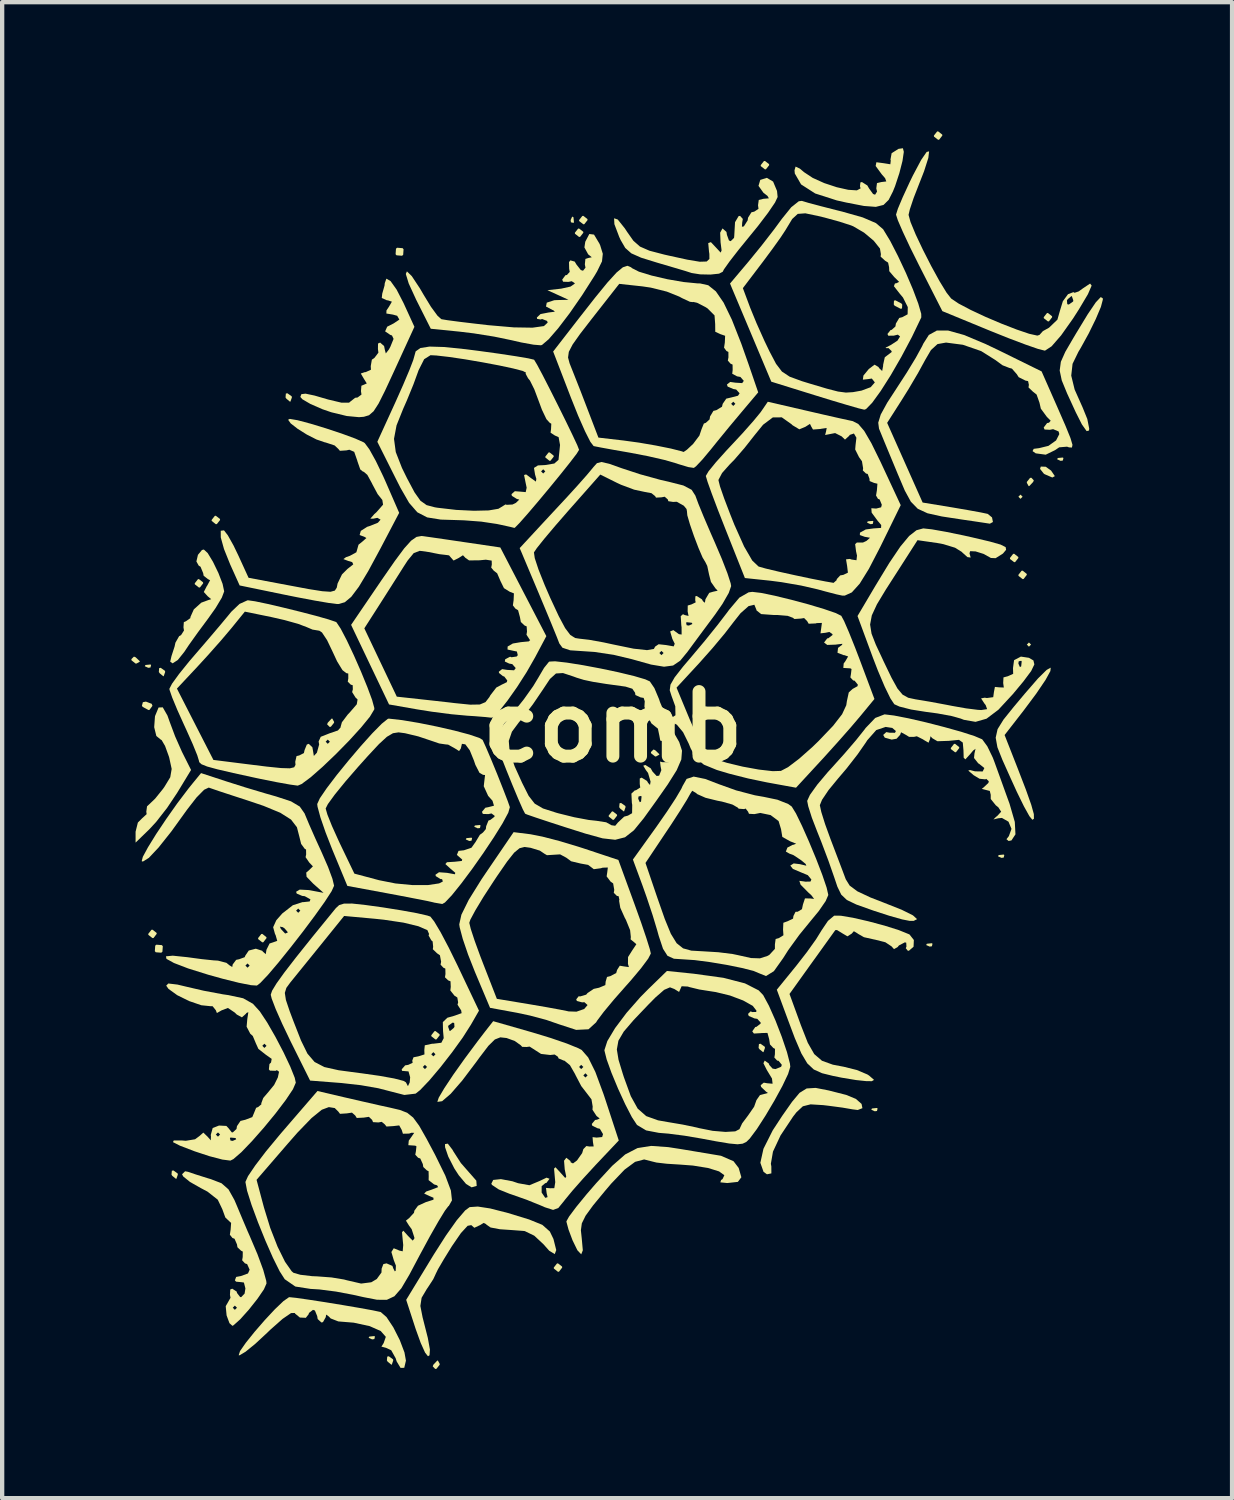
<source format=kicad_pcb>
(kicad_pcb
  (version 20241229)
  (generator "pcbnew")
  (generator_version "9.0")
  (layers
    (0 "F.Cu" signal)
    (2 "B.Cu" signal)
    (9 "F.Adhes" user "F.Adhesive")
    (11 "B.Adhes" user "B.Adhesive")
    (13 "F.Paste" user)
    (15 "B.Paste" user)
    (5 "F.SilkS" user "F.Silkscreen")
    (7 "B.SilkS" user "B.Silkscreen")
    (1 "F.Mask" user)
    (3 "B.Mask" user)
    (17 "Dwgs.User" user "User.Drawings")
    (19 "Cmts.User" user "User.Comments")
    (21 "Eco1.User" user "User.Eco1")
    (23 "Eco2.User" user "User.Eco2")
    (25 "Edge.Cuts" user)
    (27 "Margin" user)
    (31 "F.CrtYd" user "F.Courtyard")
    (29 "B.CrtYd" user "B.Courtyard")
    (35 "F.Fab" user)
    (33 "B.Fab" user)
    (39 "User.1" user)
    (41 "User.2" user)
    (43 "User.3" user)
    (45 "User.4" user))
  (footprint "comb"
    (layer "F.Cu")
    (at 11.18 13.828)
    (property "Reference" "comb" (at 0 0 0) (layer "F.SilkS") (effects (font (size 1.5 1.5) (thickness 0.3))))
    (attr board_only exclude_from_pos_files exclude_from_bom)
    (fp_poly (pts (xy 9.513 -5.345) (xy 9.464 -5.296) (xy 9.415 -5.345) (xy 9.464 -5.394)) (stroke (width 0) (type solid)) (fill yes) (layer "F.SilkS"))
    (fp_poly (pts (xy 9.709 -1.912) (xy 9.66 -1.863) (xy 9.611 -1.912) (xy 9.66 -1.961)) (stroke (width 0) (type solid)) (fill yes) (layer "F.SilkS"))
    (fp_poly (pts (xy -10.722 -1.438) (xy -10.736 -1.38) (xy -10.788 -1.373) (xy -10.868 -1.409) (xy -10.853 -1.438) (xy -10.737 -1.45)) (stroke (width 0) (type solid)) (fill yes) (layer "F.SilkS"))
    (fp_poly (pts (xy -5.525 14.155) (xy -5.538 14.213) (xy -5.59 14.22) (xy -5.671 14.184) (xy -5.655 14.155) (xy -5.539 14.143)) (stroke (width 0) (type solid)) (fill yes) (layer "F.SilkS"))
    (fp_poly (pts (xy -3.269 2.582) (xy -3.282 2.641) (xy -3.334 2.648) (xy -3.415 2.612) (xy -3.4 2.582) (xy -3.283 2.571)) (stroke (width 0) (type solid)) (fill yes) (layer "F.SilkS"))
    (fp_poly (pts (xy -3.073 2.288) (xy -3.086 2.347) (xy -3.138 2.354) (xy -3.219 2.318) (xy -3.204 2.288) (xy -3.087 2.277)) (stroke (width 0) (type solid)) (fill yes) (layer "F.SilkS"))
    (fp_poly (pts (xy -0.915 -11.834) (xy -0.904 -11.717) (xy -0.915 -11.703) (xy -0.974 -11.716) (xy -0.981 -11.768) (xy -0.945 -11.849)) (stroke (width 0) (type solid)) (fill yes) (layer "F.SilkS"))
    (fp_poly (pts (xy 6.048 -4.773) (xy 6.034 -4.714) (xy 5.982 -4.707) (xy 5.902 -4.743) (xy 5.917 -4.773) (xy 6.033 -4.784)) (stroke (width 0) (type solid)) (fill yes) (layer "F.SilkS"))
    (fp_poly (pts (xy 6.146 8.859) (xy 6.132 8.917) (xy 6.08 8.924) (xy 6 8.888) (xy 6.015 8.859) (xy 6.131 8.847)) (stroke (width 0) (type solid)) (fill yes) (layer "F.SilkS"))
    (fp_poly (pts (xy 7.421 5.034) (xy 7.407 5.093) (xy 7.355 5.1) (xy 7.274 5.064) (xy 7.29 5.034) (xy 7.406 5.022)) (stroke (width 0) (type solid)) (fill yes) (layer "F.SilkS"))
    (fp_poly (pts (xy 9.088 2.975) (xy 9.074 3.033) (xy 9.022 3.04) (xy 8.942 3.004) (xy 8.957 2.975) (xy 9.073 2.963)) (stroke (width 0) (type solid)) (fill yes) (layer "F.SilkS"))
    (fp_poly (pts (xy 10.461 -6.244) (xy 10.447 -6.185) (xy 10.395 -6.178) (xy 10.315 -6.214) (xy 10.33 -6.244) (xy 10.446 -6.255)) (stroke (width 0) (type solid)) (fill yes) (layer "F.SilkS"))
    (fp_poly (pts (xy -11.082 -1.618) (xy -10.988 -1.53) (xy -10.984 -1.514) (xy -11.06 -1.472) (xy -11.082 -1.471) (xy -11.176 -1.546) (xy -11.18 -1.575) (xy -11.12 -1.633)) (stroke (width 0) (type solid)) (fill yes) (layer "F.SilkS"))
    (fp_poly (pts (xy -10.708 -0.537) (xy -10.69 -0.49) (xy -10.76 -0.395) (xy -10.782 -0.392) (xy -10.915 -0.464) (xy -10.935 -0.49) (xy -10.913 -0.574) (xy -10.842 -0.588)) (stroke (width 0) (type solid)) (fill yes) (layer "F.SilkS"))
    (fp_poly (pts (xy -10.594 4.782) (xy -10.592 4.805) (xy -10.666 4.901) (xy -10.69 4.903) (xy -10.785 4.829) (xy -10.788 4.805) (xy -10.713 4.71) (xy -10.69 4.707)) (stroke (width 0) (type solid)) (fill yes) (layer "F.SilkS"))
    (fp_poly (pts (xy -10.472 5.066) (xy -10.45 5.091) (xy -10.459 5.219) (xy -10.485 5.242) (xy -10.613 5.232) (xy -10.635 5.206) (xy -10.626 5.078) (xy -10.6 5.056)) (stroke (width 0) (type solid)) (fill yes) (layer "F.SilkS"))
    (fp_poly (pts (xy -10.399 -1.302) (xy -10.395 -1.275) (xy -10.429 -1.179) (xy -10.439 -1.177) (xy -10.522 -1.246) (xy -10.542 -1.275) (xy -10.535 -1.365) (xy -10.499 -1.373)) (stroke (width 0) (type solid)) (fill yes) (layer "F.SilkS"))
    (fp_poly (pts (xy -10.105 10.368) (xy -10.101 10.395) (xy -10.135 10.491) (xy -10.144 10.493) (xy -10.228 10.425) (xy -10.248 10.395) (xy -10.24 10.305) (xy -10.205 10.297)) (stroke (width 0) (type solid)) (fill yes) (layer "F.SilkS"))
    (fp_poly (pts (xy -9.516 -3.358) (xy -9.513 -3.334) (xy -9.587 -3.239) (xy -9.611 -3.236) (xy -9.706 -3.311) (xy -9.709 -3.334) (xy -9.634 -3.43) (xy -9.611 -3.432)) (stroke (width 0) (type solid)) (fill yes) (layer "F.SilkS"))
    (fp_poly (pts (xy -9.123 -4.829) (xy -9.12 -4.805) (xy -9.195 -4.71) (xy -9.219 -4.707) (xy -9.314 -4.782) (xy -9.317 -4.805) (xy -9.242 -4.901) (xy -9.219 -4.903)) (stroke (width 0) (type solid)) (fill yes) (layer "F.SilkS"))
    (fp_poly (pts (xy -8.045 4.88) (xy -8.042 4.903) (xy -8.116 4.999) (xy -8.14 5.002) (xy -8.235 4.927) (xy -8.238 4.903) (xy -8.163 4.808) (xy -8.14 4.805)) (stroke (width 0) (type solid)) (fill yes) (layer "F.SilkS"))
    (fp_poly (pts (xy -7.457 -7.676) (xy -7.453 -7.649) (xy -7.487 -7.554) (xy -7.497 -7.551) (xy -7.58 -7.62) (xy -7.6 -7.649) (xy -7.593 -7.74) (xy -7.557 -7.747)) (stroke (width 0) (type solid)) (fill yes) (layer "F.SilkS"))
    (fp_poly (pts (xy -6.474 -0.12) (xy -6.473 -0.098) (xy -6.548 -0.004) (xy -6.576 0) (xy -6.635 -0.06) (xy -6.62 -0.098) (xy -6.532 -0.192) (xy -6.516 -0.196)) (stroke (width 0) (type solid)) (fill yes) (layer "F.SilkS"))
    (fp_poly (pts (xy -5.104 14.684) (xy -5.1 14.71) (xy -5.133 14.806) (xy -5.143 14.808) (xy -5.227 14.74) (xy -5.247 14.71) (xy -5.239 14.62) (xy -5.203 14.612)) (stroke (width 0) (type solid)) (fill yes) (layer "F.SilkS"))
    (fp_poly (pts (xy -4.882 -11.116) (xy -4.86 -11.09) (xy -4.869 -10.962) (xy -4.895 -10.94) (xy -5.023 -10.95) (xy -5.045 -10.975) (xy -5.036 -11.104) (xy -5.01 -11.126)) (stroke (width 0) (type solid)) (fill yes) (layer "F.SilkS"))
    (fp_poly (pts (xy -4.024 7.136) (xy -4.021 7.159) (xy -4.095 7.254) (xy -4.119 7.257) (xy -4.214 7.183) (xy -4.217 7.159) (xy -4.142 7.064) (xy -4.119 7.061)) (stroke (width 0) (type solid)) (fill yes) (layer "F.SilkS"))
    (fp_poly (pts (xy -4.022 14.786) (xy -4.021 14.808) (xy -4.096 14.903) (xy -4.125 14.907) (xy -4.183 14.846) (xy -4.168 14.808) (xy -4.08 14.715) (xy -4.064 14.71)) (stroke (width 0) (type solid)) (fill yes) (layer "F.SilkS"))
    (fp_poly (pts (xy -1.376 -6.3) (xy -1.373 -6.276) (xy -1.448 -6.181) (xy -1.471 -6.178) (xy -1.566 -6.253) (xy -1.569 -6.276) (xy -1.494 -6.372) (xy -1.471 -6.375)) (stroke (width 0) (type solid)) (fill yes) (layer "F.SilkS"))
    (fp_poly (pts (xy -1.18 12.529) (xy -1.177 12.553) (xy -1.251 12.648) (xy -1.275 12.651) (xy -1.37 12.576) (xy -1.373 12.553) (xy -1.298 12.458) (xy -1.275 12.455)) (stroke (width 0) (type solid)) (fill yes) (layer "F.SilkS"))
    (fp_poly (pts (xy -0.689 -11.498) (xy -0.686 -11.474) (xy -0.761 -11.379) (xy -0.785 -11.376) (xy -0.88 -11.451) (xy -0.883 -11.474) (xy -0.808 -11.569) (xy -0.785 -11.572)) (stroke (width 0) (type solid)) (fill yes) (layer "F.SilkS"))
    (fp_poly (pts (xy -0.591 -11.792) (xy -0.588 -11.768) (xy -0.663 -11.673) (xy -0.686 -11.67) (xy -0.782 -11.745) (xy -0.785 -11.768) (xy -0.71 -11.864) (xy -0.686 -11.866)) (stroke (width 0) (type solid)) (fill yes) (layer "F.SilkS"))
    (fp_poly (pts (xy 0.095 2.036) (xy 0.098 2.059) (xy 0.023 2.155) (xy 0 2.158) (xy -0.095 2.083) (xy -0.098 2.059) (xy -0.023 1.964) (xy 0 1.961)) (stroke (width 0) (type solid)) (fill yes) (layer "F.SilkS"))
    (fp_poly (pts (xy 0.29 1.836) (xy 0.294 1.863) (xy 0.261 1.959) (xy 0.251 1.961) (xy 0.167 1.893) (xy 0.147 1.863) (xy 0.155 1.773) (xy 0.19 1.765)) (stroke (width 0) (type solid)) (fill yes) (layer "F.SilkS"))
    (fp_poly (pts (xy 0.981 0.539) (xy 1.074 0.628) (xy 1.079 0.643) (xy 1.003 0.685) (xy 0.981 0.686) (xy 0.886 0.611) (xy 0.883 0.583) (xy 0.943 0.524)) (stroke (width 0) (type solid)) (fill yes) (layer "F.SilkS"))
    (fp_poly (pts (xy 3.527 7.426) (xy 3.531 7.453) (xy 3.497 7.549) (xy 3.487 7.551) (xy 3.404 7.483) (xy 3.383 7.453) (xy 3.391 7.363) (xy 3.427 7.355)) (stroke (width 0) (type solid)) (fill yes) (layer "F.SilkS"))
    (fp_poly (pts (xy 3.626 -13.067) (xy 3.629 -13.043) (xy 3.554 -12.948) (xy 3.531 -12.945) (xy 3.435 -13.02) (xy 3.432 -13.043) (xy 3.507 -13.138) (xy 3.531 -13.141)) (stroke (width 0) (type solid)) (fill yes) (layer "F.SilkS"))
    (fp_poly (pts (xy 6.698 -9.833) (xy 6.718 -9.807) (xy 6.713 -9.716) (xy 6.68 -9.709) (xy 6.542 -9.78) (xy 6.522 -9.807) (xy 6.526 -9.897) (xy 6.559 -9.905)) (stroke (width 0) (type solid)) (fill yes) (layer "F.SilkS"))
    (fp_poly (pts (xy 7.647 -13.753) (xy 7.649 -13.73) (xy 7.575 -13.635) (xy 7.551 -13.632) (xy 7.456 -13.706) (xy 7.453 -13.73) (xy 7.528 -13.825) (xy 7.551 -13.828)) (stroke (width 0) (type solid)) (fill yes) (layer "F.SilkS"))
    (fp_poly (pts (xy 8.039 0.467) (xy 8.042 0.49) (xy 7.967 0.586) (xy 7.944 0.588) (xy 7.848 0.514) (xy 7.846 0.49) (xy 7.92 0.395) (xy 7.944 0.392)) (stroke (width 0) (type solid)) (fill yes) (layer "F.SilkS"))
    (fp_poly (pts (xy 9.412 -3.946) (xy 9.415 -3.923) (xy 9.34 -3.828) (xy 9.317 -3.825) (xy 9.221 -3.899) (xy 9.219 -3.923) (xy 9.293 -4.018) (xy 9.317 -4.021)) (stroke (width 0) (type solid)) (fill yes) (layer "F.SilkS"))
    (fp_poly (pts (xy 9.608 -3.554) (xy 9.611 -3.531) (xy 9.536 -3.435) (xy 9.513 -3.432) (xy 9.418 -3.507) (xy 9.415 -3.531) (xy 9.489 -3.626) (xy 9.513 -3.629)) (stroke (width 0) (type solid)) (fill yes) (layer "F.SilkS"))
    (fp_poly (pts (xy 9.773 -5.726) (xy 9.758 -5.688) (xy 9.67 -5.594) (xy 9.654 -5.59) (xy 9.612 -5.666) (xy 9.611 -5.688) (xy 9.686 -5.782) (xy 9.715 -5.786)) (stroke (width 0) (type solid)) (fill yes) (layer "F.SilkS"))
    (fp_poly (pts (xy 10.05 -6.041) (xy 10.174 -5.952) (xy 10.262 -5.823) (xy 10.203 -5.791) (xy 10.027 -5.867) (xy 10.006 -5.88) (xy 9.918 -5.991) (xy 9.935 -6.045)) (stroke (width 0) (type solid)) (fill yes) (layer "F.SilkS"))
    (fp_poly (pts (xy 10.196 -9.536) (xy 10.199 -9.513) (xy 10.125 -9.418) (xy 10.101 -9.415) (xy 10.006 -9.489) (xy 10.003 -9.513) (xy 10.078 -9.608) (xy 10.101 -9.611)) (stroke (width 0) (type solid)) (fill yes) (layer "F.SilkS"))
    (fp_poly (pts (xy -3.725 9.816) (xy -3.703 9.856) (xy -3.529 10.126) (xy -3.344 10.337) (xy -3.171 10.534) (xy -3.162 10.656) (xy -3.281 10.69) (xy -3.409 10.611) (xy -3.578 10.41) (xy -3.682 10.25) (xy -3.822 9.976) (xy -3.896 9.76) (xy -3.898 9.686) (xy -3.833 9.675)) (stroke (width 0) (type solid)) (fill yes) (layer "F.SilkS"))
    (fp_poly (pts (xy 10.158 -1.297) (xy 10.045 -1.091) (xy 9.829 -0.772) (xy 9.538 -0.382) (xy 9.095 0.188) (xy 9.395 0.952) (xy 9.59 1.458) (xy 9.714 1.808) (xy 9.774 2.024) (xy 9.776 2.132) (xy 9.74 2.156) (xy 9.67 2.071) (xy 9.543 1.842) (xy 9.379 1.507) (xy 9.229 1.178) (xy 9.044 0.765) (xy 8.928 0.472) (xy 8.888 0.25) (xy 8.932 0.052) (xy 9.07 -0.171) (xy 9.308 -0.467) (xy 9.562 -0.77) (xy 9.869 -1.124) (xy 10.07 -1.323) (xy 10.166 -1.377)) (stroke (width 0) (type solid)) (fill yes) (layer "F.SilkS"))
    (fp_poly (pts (xy 11.374 -9.953) (xy 11.376 -9.922) (xy 11.331 -9.752) (xy 11.212 -9.471) (xy 11.048 -9.136) (xy 10.865 -8.804) (xy 10.809 -8.71) (xy 10.673 -8.431) (xy 10.642 -8.157) (xy 10.721 -7.834) (xy 10.905 -7.421) (xy 11.015 -7.15) (xy 11.059 -6.928) (xy 11.055 -6.882) (xy 11 -6.868) (xy 10.89 -7.023) (xy 10.747 -7.306) (xy 10.547 -7.741) (xy 10.422 -8.046) (xy 10.374 -8.275) (xy 10.401 -8.478) (xy 10.504 -8.709) (xy 10.684 -9.018) (xy 10.754 -9.136) (xy 11.024 -9.58) (xy 11.212 -9.858) (xy 11.327 -9.98)) (stroke (width 0) (type solid)) (fill yes) (layer "F.SilkS"))
    (fp_poly (pts (xy 5.01 8.44) (xy 5.418 8.544) (xy 5.643 8.637) (xy 5.774 8.753) (xy 5.794 8.852) (xy 5.685 8.894) (xy 5.565 8.879) (xy 5.333 8.839) (xy 5.01 8.796) (xy 4.882 8.781) (xy 4.59 8.763) (xy 4.411 8.808) (xy 4.262 8.947) (xy 4.183 9.049) (xy 3.893 9.485) (xy 3.717 9.86) (xy 3.668 10.143) (xy 3.679 10.204) (xy 3.68 10.366) (xy 3.577 10.387) (xy 3.498 10.33) (xy 3.424 10.12) (xy 3.496 9.795) (xy 3.711 9.367) (xy 3.93 9.032) (xy 4.161 8.703) (xy 4.334 8.496) (xy 4.499 8.394) (xy 4.708 8.381)) (stroke (width 0) (type solid)) (fill yes) (layer "F.SilkS"))
    (fp_poly (pts (xy -10.342 -0.264) (xy -10.292 -0.123) (xy -10.164 0.219) (xy -10.006 0.576) (xy -9.983 0.622) (xy -9.794 0.999) (xy -10.117 1.531) (xy -10.349 1.878) (xy -10.605 2.206) (xy -10.761 2.375) (xy -11.082 2.686) (xy -11.082 2.432) (xy -11.029 2.22) (xy -10.929 2.12) (xy -10.825 2.025) (xy -10.833 1.968) (xy -10.816 1.843) (xy -10.765 1.796) (xy -10.63 1.667) (xy -10.455 1.45) (xy -10.416 1.397) (xy -10.277 1.168) (xy -10.244 0.975) (xy -10.301 0.713) (xy -10.309 0.686) (xy -10.397 0.443) (xy -10.477 0.306) (xy -10.498 0.294) (xy -10.6 0.21) (xy -10.65 0.006) (xy -10.632 -0.243) (xy -10.63 -0.253) (xy -10.548 -0.451) (xy -10.451 -0.455)) (stroke (width 0) (type solid)) (fill yes) (layer "F.SilkS"))
    (fp_poly (pts (xy -9.408 -4.037) (xy -9.285 -3.834) (xy -9.159 -3.574) (xy -9.062 -3.322) (xy -9.025 -3.147) (xy -9.08 -3.001) (xy -9.225 -2.759) (xy -9.402 -2.51) (xy -9.634 -2.197) (xy -9.843 -1.904) (xy -9.952 -1.741) (xy -10.101 -1.555) (xy -10.222 -1.476) (xy -10.278 -1.515) (xy -10.249 -1.643) (xy -10.176 -1.868) (xy -10.157 -1.956) (xy -10.071 -2.107) (xy -10.025 -2.134) (xy -9.958 -2.239) (xy -9.97 -2.311) (xy -9.962 -2.433) (xy -9.916 -2.452) (xy -9.812 -2.525) (xy -9.807 -2.557) (xy -9.73 -2.729) (xy -9.557 -2.885) (xy -9.397 -2.944) (xy -9.326 -2.966) (xy -9.408 -3.034) (xy -9.498 -3.133) (xy -9.43 -3.267) (xy -9.421 -3.278) (xy -9.352 -3.406) (xy -9.403 -3.432) (xy -9.502 -3.511) (xy -9.513 -3.571) (xy -9.574 -3.719) (xy -9.616 -3.745) (xy -9.67 -3.842) (xy -9.634 -3.996) (xy -9.541 -4.108) (xy -9.497 -4.119)) (stroke (width 0) (type solid)) (fill yes) (layer "F.SilkS"))
    (fp_poly (pts (xy 1.286 9.756) (xy 1.576 9.801) (xy 1.96 9.865) (xy 2.312 9.924) (xy 2.51 9.957) (xy 2.801 10.083) (xy 2.921 10.24) (xy 2.983 10.456) (xy 2.902 10.563) (xy 2.656 10.59) (xy 2.495 10.574) (xy 2.512 10.521) (xy 2.546 10.498) (xy 2.588 10.409) (xy 2.466 10.32) (xy 2.212 10.241) (xy 1.858 10.184) (xy 1.567 10.162) (xy 1.25 10.142) (xy 1.011 10.114) (xy 0.93 10.094) (xy 0.726 10.042) (xy 0.516 10.098) (xy 0.27 10.28) (xy -0.04 10.605) (xy -0.182 10.772) (xy -0.462 11.112) (xy -0.634 11.349) (xy -0.721 11.526) (xy -0.743 11.687) (xy -0.723 11.875) (xy -0.698 12.152) (xy -0.735 12.245) (xy -0.824 12.151) (xy -0.937 11.919) (xy -1.03 11.67) (xy -1.077 11.495) (xy -1.079 11.478) (xy -1.017 11.367) (xy -0.852 11.146) (xy -0.609 10.849) (xy -0.39 10.596) (xy -0.018 10.192) (xy 0.286 9.926) (xy 0.572 9.778) (xy 0.889 9.728)) (stroke (width 0) (type solid)) (fill yes) (layer "F.SilkS"))
    (fp_poly (pts (xy 6.755 -13.353) (xy 6.724 -13.141) (xy 6.651 -12.856) (xy 6.551 -12.553) (xy 6.501 -12.43) (xy 6.403 -12.237) (xy 6.284 -12.12) (xy 6.105 -12.075) (xy 5.829 -12.096) (xy 5.417 -12.176) (xy 5.198 -12.225) (xy 4.697 -12.386) (xy 4.37 -12.596) (xy 4.224 -12.849) (xy 4.217 -12.924) (xy 4.242 -13.01) (xy 4.341 -12.963) (xy 4.438 -12.881) (xy 4.639 -12.748) (xy 4.907 -12.627) (xy 5.198 -12.531) (xy 5.465 -12.471) (xy 5.665 -12.458) (xy 5.751 -12.504) (xy 5.737 -12.553) (xy 5.747 -12.643) (xy 5.783 -12.651) (xy 5.908 -12.572) (xy 5.947 -12.504) (xy 6.041 -12.374) (xy 6.088 -12.357) (xy 6.133 -12.429) (xy 6.116 -12.504) (xy 6.132 -12.627) (xy 6.232 -12.651) (xy 6.348 -12.665) (xy 6.321 -12.74) (xy 6.243 -12.83) (xy 6.101 -13.024) (xy 6.118 -13.111) (xy 6.291 -13.088) (xy 6.442 -13.064) (xy 6.452 -13.151) (xy 6.445 -13.171) (xy 6.472 -13.321) (xy 6.632 -13.422) (xy 6.734 -13.436)) (stroke (width 0) (type solid)) (fill yes) (layer "F.SilkS"))
    (fp_poly (pts (xy -2.849 11.18) (xy -2.435 11.286) (xy -1.945 11.436) (xy -1.638 11.561) (xy -1.464 11.715) (xy -1.38 11.888) (xy -1.315 12.147) (xy -1.35 12.24) (xy -1.479 12.161) (xy -1.613 12.01) (xy -1.826 11.812) (xy -2.045 11.706) (xy -2.075 11.702) (xy -2.343 11.682) (xy -2.623 11.663) (xy -2.84 11.622) (xy -2.941 11.552) (xy -2.942 11.545) (xy -3.001 11.516) (xy -3.08 11.565) (xy -3.217 11.629) (xy -3.288 11.567) (xy -3.373 11.583) (xy -3.529 11.753) (xy -3.738 12.057) (xy -3.924 12.358) (xy -4.06 12.59) (xy -4.118 12.709) (xy -4.119 12.713) (xy -4.17 12.822) (xy -4.297 13.017) (xy -4.32 13.05) (xy -4.441 13.254) (xy -4.47 13.444) (xy -4.417 13.714) (xy -4.407 13.751) (xy -4.297 14.185) (xy -4.248 14.456) (xy -4.257 14.589) (xy -4.293 14.612) (xy -4.361 14.526) (xy -4.463 14.3) (xy -4.578 13.981) (xy -4.586 13.957) (xy -4.799 13.302) (xy -4.159 12.251) (xy -3.874 11.805) (xy -3.625 11.454) (xy -3.43 11.226) (xy -3.326 11.149) (xy -3.136 11.136)) (stroke (width 0) (type solid)) (fill yes) (layer "F.SilkS"))
    (fp_poly (pts (xy -7.355 13.256) (xy -7.062 13.298) (xy -6.684 13.356) (xy -6.275 13.423) (xy -5.888 13.489) (xy -5.578 13.545) (xy -5.399 13.583) (xy -5.389 13.586) (xy -5.256 13.702) (xy -5.098 13.94) (xy -4.948 14.236) (xy -4.839 14.523) (xy -4.805 14.713) (xy -4.844 14.88) (xy -4.93 14.882) (xy -5.021 14.73) (xy -5.042 14.661) (xy -5.147 14.472) (xy -5.268 14.416) (xy -5.374 14.388) (xy -5.322 14.305) (xy -5.272 14.161) (xy -5.39 14.026) (xy -5.648 13.912) (xy -6.018 13.832) (xy -6.375 13.803) (xy -6.552 13.734) (xy -6.594 13.69) (xy -6.657 13.644) (xy -6.667 13.705) (xy -6.731 13.819) (xy -6.767 13.828) (xy -6.854 13.748) (xy -6.865 13.681) (xy -6.918 13.55) (xy -6.963 13.534) (xy -7.058 13.608) (xy -7.061 13.632) (xy -7.129 13.719) (xy -7.267 13.713) (xy -7.379 13.621) (xy -7.384 13.607) (xy -7.472 13.609) (xy -7.669 13.744) (xy -7.956 13.998) (xy -8.027 14.067) (xy -8.304 14.324) (xy -8.529 14.507) (xy -8.666 14.589) (xy -8.688 14.588) (xy -8.657 14.492) (xy -8.522 14.298) (xy -8.319 14.045) (xy -8.083 13.773) (xy -7.848 13.521) (xy -7.649 13.331) (xy -7.522 13.242) (xy -7.509 13.24)) (stroke (width 0) (type solid)) (fill yes) (layer "F.SilkS"))
    (fp_poly (pts (xy 5.292 4.383) (xy 5.576 4.431) (xy 5.933 4.513) (xy 6.307 4.613) (xy 6.64 4.718) (xy 6.877 4.814) (xy 6.886 4.818) (xy 6.988 4.947) (xy 6.981 5.104) (xy 6.875 5.195) (xy 6.849 5.198) (xy 6.8 5.137) (xy 6.816 5.1) (xy 6.811 5.009) (xy 6.778 5.002) (xy 6.641 5.074) (xy 6.613 5.11) (xy 6.527 5.159) (xy 6.47 5.095) (xy 6.327 5) (xy 6.084 4.938) (xy 6.07 4.936) (xy 5.829 4.882) (xy 5.684 4.799) (xy 5.681 4.794) (xy 5.595 4.743) (xy 5.544 4.8) (xy 5.446 4.862) (xy 5.334 4.796) (xy 5.204 4.716) (xy 5.164 4.718) (xy 5.098 4.81) (xy 4.945 5.023) (xy 4.733 5.319) (xy 4.618 5.478) (xy 4.101 6.2) (xy 4.366 6.927) (xy 4.526 7.335) (xy 4.675 7.596) (xy 4.855 7.751) (xy 5.108 7.842) (xy 5.36 7.89) (xy 5.665 7.966) (xy 5.909 8.069) (xy 5.949 8.095) (xy 6.064 8.195) (xy 6.012 8.225) (xy 5.884 8.224) (xy 5.647 8.199) (xy 5.314 8.144) (xy 5.116 8.104) (xy 4.856 8.04) (xy 4.664 7.953) (xy 4.513 7.811) (xy 4.376 7.58) (xy 4.224 7.225) (xy 4.065 6.801) (xy 3.806 6.101) (xy 4.255 5.549) (xy 4.503 5.23) (xy 4.718 4.929) (xy 4.849 4.717) (xy 4.994 4.503) (xy 5.138 4.382) (xy 5.138 4.382)) (stroke (width 0) (type solid)) (fill yes) (layer "F.SilkS"))
    (fp_poly (pts (xy -5.162 -10.352) (xy -5.022 -10.155) (xy -4.861 -9.843) (xy -4.608 -9.29) (xy -5.085 -8.249) (xy -5.291 -7.805) (xy -5.44 -7.508) (xy -5.556 -7.329) (xy -5.662 -7.237) (xy -5.782 -7.201) (xy -5.895 -7.192) (xy -6.179 -7.219) (xy -6.538 -7.306) (xy -6.742 -7.376) (xy -7.023 -7.499) (xy -7.21 -7.608) (xy -7.257 -7.662) (xy -7.233 -7.726) (xy -7.136 -7.738) (xy -6.927 -7.694) (xy -6.611 -7.602) (xy -6.303 -7.529) (xy -6.125 -7.529) (xy -6.097 -7.553) (xy -5.984 -7.642) (xy -5.928 -7.649) (xy -5.837 -7.717) (xy -5.849 -7.797) (xy -5.839 -7.922) (xy -5.785 -7.944) (xy -5.714 -7.975) (xy -5.786 -8.091) (xy -5.853 -8.206) (xy -5.758 -8.238) (xy -5.739 -8.238) (xy -5.617 -8.294) (xy -5.622 -8.377) (xy -5.596 -8.527) (xy -5.536 -8.569) (xy -5.444 -8.69) (xy -5.455 -8.774) (xy -5.453 -8.902) (xy -5.404 -8.924) (xy -5.312 -8.843) (xy -5.294 -8.753) (xy -5.272 -8.672) (xy -5.199 -8.766) (xy -5.167 -8.826) (xy -5.092 -9.01) (xy -5.129 -9.089) (xy -5.169 -9.103) (xy -5.288 -9.184) (xy -5.24 -9.293) (xy -5.092 -9.368) (xy -4.958 -9.458) (xy -5.008 -9.546) (xy -5.108 -9.574) (xy -5.256 -9.598) (xy -5.259 -9.599) (xy -5.257 -9.67) (xy -5.198 -9.758) (xy -5.131 -9.874) (xy -5.226 -9.905) (xy -5.245 -9.905) (xy -5.366 -9.959) (xy -5.355 -10.06) (xy -5.302 -10.247) (xy -5.296 -10.305) (xy -5.259 -10.408)) (stroke (width 0) (type solid)) (fill yes) (layer "F.SilkS"))
    (fp_poly (pts (xy 7.324 -13.211) (xy 7.225 -12.901) (xy 7.108 -12.602) (xy 6.982 -12.278) (xy 6.895 -12.018) (xy 6.865 -11.889) (xy 6.911 -11.722) (xy 7.03 -11.435) (xy 7.199 -11.078) (xy 7.392 -10.7) (xy 7.583 -10.352) (xy 7.748 -10.082) (xy 7.854 -9.947) (xy 8.027 -9.83) (xy 8.308 -9.682) (xy 8.654 -9.52) (xy 9.024 -9.363) (xy 9.375 -9.227) (xy 9.666 -9.128) (xy 9.855 -9.086) (xy 9.905 -9.102) (xy 9.984 -9.19) (xy 10.126 -9.269) (xy 10.321 -9.456) (xy 10.379 -9.66) (xy 10.447 -9.883) (xy 10.463 -9.905) (xy 10.542 -9.905) (xy 10.55 -9.815) (xy 10.586 -9.807) (xy 10.686 -9.878) (xy 10.69 -9.905) (xy 10.656 -10.001) (xy 10.646 -10.003) (xy 10.563 -9.934) (xy 10.542 -9.905) (xy 10.463 -9.905) (xy 10.567 -10.047) (xy 10.692 -10.095) (xy 10.721 -10.08) (xy 10.815 -10.112) (xy 10.922 -10.189) (xy 11.08 -10.294) (xy 11.116 -10.247) (xy 11.03 -10.048) (xy 10.822 -9.698) (xy 10.683 -9.481) (xy 10.407 -9.091) (xy 10.186 -8.837) (xy 10.035 -8.738) (xy 10.022 -8.738) (xy 9.87 -8.777) (xy 9.579 -8.878) (xy 9.192 -9.024) (xy 8.753 -9.2) (xy 7.65 -9.654) (xy 7.11 -10.715) (xy 6.901 -11.135) (xy 6.731 -11.498) (xy 6.616 -11.764) (xy 6.574 -11.894) (xy 6.574 -11.895) (xy 6.617 -12.032) (xy 6.728 -12.296) (xy 6.887 -12.641) (xy 6.963 -12.798) (xy 7.157 -13.164) (xy 7.285 -13.35) (xy 7.342 -13.364)) (stroke (width 0) (type solid)) (fill yes) (layer "F.SilkS"))
    (fp_poly (pts (xy -9.866 10.329) (xy -9.689 10.389) (xy -9.417 10.475) (xy -9.333 10.5) (xy -9.087 10.595) (xy -8.925 10.737) (xy -8.787 10.984) (xy -8.729 11.12) (xy -8.595 11.44) (xy -8.48 11.711) (xy -8.433 11.817) (xy -8.252 12.243) (xy -8.118 12.607) (xy -8.048 12.862) (xy -8.042 12.921) (xy -8.102 13.058) (xy -8.254 13.28) (xy -8.453 13.531) (xy -8.652 13.753) (xy -8.806 13.891) (xy -8.833 13.906) (xy -8.902 13.844) (xy -8.969 13.663) (xy -8.986 13.485) (xy -8.826 13.485) (xy -8.777 13.534) (xy -8.728 13.485) (xy -8.777 13.436) (xy -8.826 13.485) (xy -8.986 13.485) (xy -8.989 13.449) (xy -8.937 13.358) (xy -8.878 13.255) (xy -8.891 13.184) (xy -8.884 13.062) (xy -8.837 13.043) (xy -8.733 13.112) (xy -8.728 13.141) (xy -8.654 13.237) (xy -8.63 13.239) (xy -8.551 13.157) (xy -8.532 13.037) (xy -8.567 12.9) (xy -8.623 12.892) (xy -8.749 12.88) (xy -8.776 12.849) (xy -8.747 12.77) (xy -8.636 12.749) (xy -8.472 12.689) (xy -8.434 12.602) (xy -8.492 12.472) (xy -8.543 12.455) (xy -8.608 12.383) (xy -8.595 12.308) (xy -8.593 12.181) (xy -8.633 12.161) (xy -8.717 12.081) (xy -8.728 12.014) (xy -8.785 11.883) (xy -8.833 11.866) (xy -8.893 11.79) (xy -8.875 11.67) (xy -8.864 11.515) (xy -8.91 11.474) (xy -8.998 11.39) (xy -9.068 11.198) (xy -9.174 10.977) (xy -9.413 10.789) (xy -9.566 10.708) (xy -9.818 10.565) (xy -9.976 10.437) (xy -10.003 10.386) (xy -9.933 10.317)) (stroke (width 0) (type solid)) (fill yes) (layer "F.SilkS"))
    (fp_poly (pts (xy 3.72 -12.662) (xy 3.811 -12.445) (xy 3.825 -12.304) (xy 3.765 -12.176) (xy 3.604 -11.939) (xy 3.369 -11.63) (xy 3.187 -11.407) (xy 2.92 -11.079) (xy 2.708 -10.806) (xy 2.578 -10.623) (xy 2.55 -10.568) (xy 2.465 -10.524) (xy 2.265 -10.503) (xy 2.026 -10.508) (xy 1.829 -10.539) (xy 1.814 -10.544) (xy 1.677 -10.588) (xy 1.407 -10.668) (xy 1.06 -10.77) (xy 1.02 -10.782) (xy 0.655 -10.895) (xy 0.428 -10.996) (xy 0.287 -11.121) (xy 0.18 -11.305) (xy 0.147 -11.377) (xy 0.035 -11.673) (xy 0.028 -11.81) (xy 0.113 -11.781) (xy 0.277 -11.576) (xy 0.33 -11.495) (xy 0.476 -11.288) (xy 0.629 -11.153) (xy 0.849 -11.057) (xy 1.193 -10.967) (xy 1.281 -10.947) (xy 1.728 -10.849) (xy 2.016 -10.801) (xy 2.177 -10.806) (xy 2.241 -10.865) (xy 2.24 -10.983) (xy 2.232 -11.033) (xy 2.214 -11.234) (xy 2.276 -11.256) (xy 2.417 -11.106) (xy 2.503 -11.013) (xy 2.524 -11.065) (xy 2.5 -11.253) (xy 2.491 -11.476) (xy 2.543 -11.572) (xy 2.548 -11.572) (xy 2.637 -11.493) (xy 2.648 -11.425) (xy 2.695 -11.295) (xy 2.735 -11.278) (xy 2.813 -11.355) (xy 2.818 -11.401) (xy 2.836 -11.719) (xy 2.919 -11.86) (xy 2.953 -11.866) (xy 3.017 -11.795) (xy 3.003 -11.714) (xy 2.996 -11.613) (xy 3.041 -11.622) (xy 3.13 -11.763) (xy 3.138 -11.823) (xy 3.217 -11.949) (xy 3.282 -11.964) (xy 3.381 -12.029) (xy 3.37 -12.112) (xy 3.387 -12.235) (xy 3.495 -12.262) (xy 3.622 -12.273) (xy 3.589 -12.33) (xy 3.496 -12.402) (xy 3.381 -12.563) (xy 3.422 -12.701) (xy 3.575 -12.749)) (stroke (width 0) (type solid)) (fill yes) (layer "F.SilkS"))
    (fp_poly (pts (xy -0.438 -11.431) (xy -0.312 -11.221) (xy -0.295 -11.183) (xy -0.234 -10.985) (xy -0.253 -10.809) (xy -0.366 -10.577) (xy -0.429 -10.471) (xy -0.714 -10.024) (xy -1.002 -9.608) (xy -1.27 -9.256) (xy -1.492 -9) (xy -1.644 -8.87) (xy -1.671 -8.861) (xy -1.841 -8.875) (xy -2.127 -8.927) (xy -2.354 -8.979) (xy -2.755 -9.062) (xy -3.23 -9.138) (xy -3.56 -9.178) (xy -4.228 -9.245) (xy -4.567 -9.918) (xy -4.74 -10.295) (xy -4.808 -10.517) (xy -4.782 -10.577) (xy -4.669 -10.467) (xy -4.48 -10.181) (xy -4.4 -10.044) (xy -4.224 -9.755) (xy -4.071 -9.546) (xy -3.982 -9.467) (xy -3.843 -9.444) (xy -3.557 -9.406) (xy -3.171 -9.36) (xy -2.893 -9.328) (xy -2.3 -9.277) (xy -1.866 -9.27) (xy -1.601 -9.307) (xy -1.514 -9.388) (xy -1.528 -9.427) (xy -1.645 -9.472) (xy -1.674 -9.46) (xy -1.759 -9.474) (xy -1.765 -9.507) (xy -1.68 -9.586) (xy -1.496 -9.622) (xy -1.347 -9.641) (xy -1.384 -9.675) (xy -1.397 -9.678) (xy -1.553 -9.761) (xy -1.535 -9.851) (xy -1.363 -9.907) (xy -1.299 -9.911) (xy -1.03 -9.917) (xy -1.275 -10.029) (xy -1.52 -10.14) (xy -1.201 -10.176) (xy -0.984 -10.224) (xy -0.884 -10.294) (xy -0.883 -10.3) (xy -0.955 -10.349) (xy -1.03 -10.333) (xy -1.156 -10.337) (xy -1.177 -10.385) (xy -1.101 -10.488) (xy -1.068 -10.493) (xy -1.002 -10.565) (xy -1.015 -10.637) (xy -1.019 -10.792) (xy -0.987 -10.833) (xy -0.886 -10.804) (xy -0.847 -10.738) (xy -0.745 -10.608) (xy -0.693 -10.592) (xy -0.636 -10.663) (xy -0.651 -10.739) (xy -0.638 -10.866) (xy -0.574 -10.887) (xy -0.49 -10.905) (xy -0.574 -10.973) (xy -0.661 -11.133) (xy -0.641 -11.266) (xy -0.547 -11.445)) (stroke (width 0) (type solid)) (fill yes) (layer "F.SilkS"))
    (fp_poly (pts (xy 8.154 -9.1) (xy 8.65 -8.892) (xy 8.974 -8.737) (xy 9.954 -8.255) (xy 10.322 -7.42) (xy 10.51 -6.989) (xy 10.624 -6.708) (xy 10.671 -6.55) (xy 10.658 -6.487) (xy 10.59 -6.491) (xy 10.545 -6.507) (xy 10.363 -6.492) (xy 10.265 -6.426) (xy 10.05 -6.321) (xy 9.818 -6.352) (xy 9.744 -6.404) (xy 9.771 -6.457) (xy 9.896 -6.473) (xy 10.113 -6.526) (xy 10.29 -6.652) (xy 10.365 -6.799) (xy 10.349 -6.86) (xy 10.221 -6.914) (xy 10.147 -6.899) (xy 10.023 -6.905) (xy 10.003 -6.952) (xy 10.081 -7.055) (xy 10.126 -7.064) (xy 10.165 -7.11) (xy 10.077 -7.198) (xy 9.936 -7.39) (xy 9.905 -7.527) (xy 9.838 -7.717) (xy 9.752 -7.785) (xy 9.65 -7.883) (xy 9.659 -7.943) (xy 9.64 -8.029) (xy 9.578 -8.042) (xy 9.421 -8.121) (xy 9.379 -8.189) (xy 9.265 -8.319) (xy 9.203 -8.336) (xy 9.047 -8.397) (xy 8.882 -8.518) (xy 8.551 -8.726) (xy 8.126 -8.873) (xy 7.735 -8.924) (xy 7.537 -8.889) (xy 7.385 -8.75) (xy 7.254 -8.526) (xy 7.086 -8.219) (xy 6.866 -7.846) (xy 6.709 -7.594) (xy 6.368 -7.06) (xy 6.78 -6.135) (xy 7.192 -5.21) (xy 7.886 -5.096) (xy 8.247 -5.034) (xy 8.539 -4.981) (xy 8.7 -4.947) (xy 8.704 -4.946) (xy 8.803 -4.864) (xy 8.824 -4.758) (xy 8.753 -4.719) (xy 8.622 -4.739) (xy 8.362 -4.778) (xy 8.121 -4.813) (xy 7.637 -4.887) (xy 7.304 -4.961) (xy 7.079 -5.065) (xy 6.918 -5.23) (xy 6.778 -5.487) (xy 6.617 -5.866) (xy 6.609 -5.885) (xy 6.445 -6.28) (xy 6.302 -6.625) (xy 6.203 -6.867) (xy 6.179 -6.925) (xy 6.161 -7.064) (xy 6.219 -7.253) (xy 6.369 -7.527) (xy 6.583 -7.856) (xy 6.823 -8.226) (xy 7.035 -8.575) (xy 7.181 -8.842) (xy 7.208 -8.9) (xy 7.336 -9.101) (xy 7.521 -9.203) (xy 7.786 -9.203)) (stroke (width 0) (type solid)) (fill yes) (layer "F.SilkS"))
    (fp_poly (pts (xy -7.32 -7.121) (xy -7.019 -7.041) (xy -6.657 -6.931) (xy -6.293 -6.81) (xy -5.983 -6.696) (xy -5.788 -6.609) (xy -5.761 -6.59) (xy -5.655 -6.447) (xy -5.504 -6.175) (xy -5.335 -5.824) (xy -5.288 -5.72) (xy -4.962 -4.971) (xy -5.398 -4.14) (xy -5.679 -3.62) (xy -5.898 -3.255) (xy -6.074 -3.021) (xy -6.225 -2.895) (xy -6.369 -2.854) (xy -6.406 -2.854) (xy -6.589 -2.877) (xy -6.912 -2.932) (xy -7.325 -3.01) (xy -7.643 -3.074) (xy -8.666 -3.285) (xy -8.887 -3.776) (xy -9.029 -4.13) (xy -9.104 -4.4) (xy -9.105 -4.555) (xy -9.029 -4.564) (xy -8.941 -4.45) (xy -8.808 -4.213) (xy -8.698 -3.985) (xy -8.459 -3.463) (xy -7.539 -3.29) (xy -7.064 -3.201) (xy -6.747 -3.151) (xy -6.556 -3.138) (xy -6.455 -3.166) (xy -6.411 -3.234) (xy -6.392 -3.33) (xy -6.29 -3.541) (xy -6.163 -3.668) (xy -6.028 -3.774) (xy -6.053 -3.827) (xy -6.145 -3.854) (xy -6.257 -3.897) (xy -6.196 -3.942) (xy -6.106 -3.973) (xy -5.956 -4.055) (xy -5.936 -4.124) (xy -5.906 -4.231) (xy -5.813 -4.306) (xy -5.723 -4.386) (xy -5.762 -4.41) (xy -5.88 -4.456) (xy -5.853 -4.552) (xy -5.706 -4.646) (xy -5.639 -4.667) (xy -5.455 -4.742) (xy -5.394 -4.813) (xy -5.468 -4.855) (xy -5.565 -4.835) (xy -5.631 -4.836) (xy -5.539 -4.942) (xy -5.492 -4.983) (xy -5.336 -5.161) (xy -5.353 -5.269) (xy -5.462 -5.406) (xy -5.585 -5.636) (xy -5.594 -5.656) (xy -5.701 -5.852) (xy -5.789 -5.928) (xy -5.799 -5.925) (xy -5.865 -5.978) (xy -5.93 -6.164) (xy -5.934 -6.181) (xy -6.006 -6.387) (xy -6.119 -6.436) (xy -6.187 -6.421) (xy -6.338 -6.411) (xy -6.375 -6.455) (xy -6.46 -6.535) (xy -6.668 -6.604) (xy -6.693 -6.609) (xy -6.882 -6.674) (xy -7.106 -6.788) (xy -7.321 -6.923) (xy -7.48 -7.047) (xy -7.541 -7.132) (xy -7.502 -7.152)) (stroke (width 0) (type solid)) (fill yes) (layer "F.SilkS"))
    (fp_poly (pts (xy 7.406 -4.588) (xy 7.733 -4.53) (xy 8.138 -4.447) (xy 8.335 -4.403) (xy 8.75 -4.305) (xy 9.001 -4.234) (xy 9.119 -4.175) (xy 9.13 -4.113) (xy 9.063 -4.033) (xy 9.053 -4.023) (xy 8.886 -3.918) (xy 8.777 -3.923) (xy 8.605 -4.018) (xy 8.422 -4.075) (xy 8.295 -4.081) (xy 8.28 -4.031) (xy 8.307 -3.933) (xy 8.232 -3.943) (xy 8.112 -4.051) (xy 8.102 -4.063) (xy 7.944 -4.161) (xy 7.672 -4.244) (xy 7.533 -4.27) (xy 7.073 -4.336) (xy 6.636 -3.654) (xy 6.336 -3.187) (xy 6.131 -2.847) (xy 6.012 -2.59) (xy 5.972 -2.377) (xy 6.006 -2.164) (xy 6.105 -1.91) (xy 6.263 -1.573) (xy 6.281 -1.533) (xy 6.47 -1.141) (xy 6.608 -0.891) (xy 6.727 -0.749) (xy 6.858 -0.677) (xy 7.031 -0.64) (xy 7.039 -0.639) (xy 7.369 -0.584) (xy 7.755 -0.512) (xy 7.878 -0.488) (xy 8.201 -0.431) (xy 8.471 -0.397) (xy 8.552 -0.392) (xy 8.689 -0.413) (xy 8.655 -0.508) (xy 8.623 -0.548) (xy 8.549 -0.663) (xy 8.633 -0.679) (xy 8.684 -0.671) (xy 8.831 -0.691) (xy 8.847 -0.808) (xy 8.87 -0.929) (xy 8.971 -0.919) (xy 9.077 -0.915) (xy 9.062 -1.019) (xy 9.069 -1.15) (xy 9.17 -1.177) (xy 9.294 -1.233) (xy 9.29 -1.367) (xy 9.304 -1.471) (xy 9.415 -1.471) (xy 9.451 -1.39) (xy 9.48 -1.406) (xy 9.492 -1.522) (xy 9.48 -1.536) (xy 9.422 -1.523) (xy 9.415 -1.471) (xy 9.304 -1.471) (xy 9.315 -1.55) (xy 9.473 -1.633) (xy 9.66 -1.605) (xy 9.764 -1.544) (xy 9.786 -1.452) (xy 9.712 -1.298) (xy 9.53 -1.054) (xy 9.286 -0.761) (xy 8.951 -0.399) (xy 8.675 -0.191) (xy 8.42 -0.118) (xy 8.15 -0.165) (xy 8.073 -0.195) (xy 7.86 -0.254) (xy 7.534 -0.314) (xy 7.265 -0.35) (xy 6.925 -0.404) (xy 6.653 -0.473) (xy 6.534 -0.527) (xy 6.444 -0.662) (xy 6.31 -0.937) (xy 6.153 -1.308) (xy 6.038 -1.606) (xy 5.68 -2.575) (xy 6.093 -3.273) (xy 6.418 -3.808) (xy 6.674 -4.187) (xy 6.878 -4.433) (xy 7.049 -4.567) (xy 7.204 -4.609) (xy 7.212 -4.609)) (stroke (width 0) (type solid)) (fill yes) (layer "F.SilkS"))
    (fp_poly (pts (xy -10.11 5.982) (xy -9.913 6.029) (xy -9.499 6.125) (xy -9.056 6.208) (xy -8.925 6.227) (xy -8.584 6.3) (xy -8.357 6.428) (xy -8.197 6.605) (xy -8.028 6.86) (xy -7.836 7.194) (xy -7.648 7.553) (xy -7.49 7.887) (xy -7.387 8.145) (xy -7.362 8.26) (xy -7.428 8.412) (xy -7.596 8.663) (xy -7.832 8.974) (xy -8.104 9.305) (xy -8.38 9.618) (xy -8.626 9.874) (xy -8.811 10.034) (xy -8.881 10.069) (xy -9.067 10.045) (xy -9.369 9.966) (xy -9.709 9.854) (xy -10.053 9.722) (xy -10.214 9.64) (xy -10.196 9.602) (xy -10.002 9.602) (xy -9.916 9.609) (xy -9.701 9.574) (xy -9.597 9.497) (xy -9.509 9.419) (xy -9.411 9.513) (xy -9.335 9.599) (xy -9.334 9.545) (xy -8.892 9.545) (xy -8.878 9.604) (xy -8.826 9.611) (xy -8.746 9.575) (xy -8.761 9.545) (xy -8.877 9.534) (xy -8.892 9.545) (xy -9.334 9.545) (xy -9.332 9.508) (xy -9.337 9.475) (xy -9.334 9.464) (xy -9.219 9.464) (xy -9.169 9.513) (xy -9.12 9.464) (xy -9.169 9.415) (xy -9.219 9.464) (xy -9.334 9.464) (xy -9.292 9.313) (xy -9.145 9.255) (xy -8.974 9.264) (xy -8.924 9.317) (xy -8.85 9.412) (xy -8.826 9.415) (xy -8.739 9.335) (xy -8.728 9.268) (xy -8.646 9.148) (xy -8.532 9.12) (xy -8.372 9.059) (xy -8.336 8.973) (xy -8.283 8.843) (xy -8.238 8.826) (xy -8.161 8.762) (xy -8.164 8.739) (xy -8.118 8.615) (xy -7.993 8.469) (xy -7.865 8.312) (xy -7.779 8.138) (xy -7.751 8.006) (xy -7.801 7.969) (xy -7.832 7.984) (xy -7.962 7.98) (xy -7.987 7.952) (xy -7.974 7.826) (xy -7.937 7.792) (xy -7.922 7.707) (xy -8.058 7.611) (xy -8.231 7.475) (xy -8.263 7.404) (xy -8.14 7.404) (xy -8.091 7.453) (xy -8.042 7.404) (xy -8.091 7.355) (xy -8.14 7.404) (xy -8.263 7.404) (xy -8.287 7.352) (xy -8.361 7.175) (xy -8.418 7.125) (xy -8.504 6.96) (xy -8.488 6.782) (xy -8.464 6.622) (xy -8.508 6.642) (xy -8.52 6.66) (xy -8.613 6.743) (xy -8.732 6.678) (xy -8.779 6.632) (xy -8.938 6.525) (xy -9.081 6.579) (xy -9.082 6.579) (xy -9.194 6.643) (xy -9.219 6.578) (xy -9.293 6.485) (xy -9.341 6.484) (xy -9.556 6.462) (xy -9.838 6.365) (xy -10.116 6.228) (xy -10.317 6.083) (xy -10.371 6.007) (xy -10.322 5.957)) (stroke (width 0) (type solid)) (fill yes) (layer "F.SilkS"))
    (fp_poly (pts (xy -4.41 -4.43) (xy -4.198 -4.4) (xy -3.86 -4.351) (xy -3.461 -4.292) (xy -3.391 -4.282) (xy -2.614 -4.167) (xy -2.08 -3.138) (xy -1.545 -2.108) (xy -1.805 -1.618) (xy -2.001 -1.275) (xy -2.225 -0.925) (xy -2.449 -0.608) (xy -2.644 -0.362) (xy -2.782 -0.228) (xy -2.82 -0.214) (xy -2.953 -0.229) (xy -3.212 -0.25) (xy -3.383 -0.261) (xy -3.751 -0.295) (xy -4.2 -0.353) (xy -4.535 -0.406) (xy -5.197 -0.522) (xy -5.638 -1.446) (xy -6.04 -2.289) (xy -5.771 -2.289) (xy -5.394 -1.496) (xy -5.017 -0.703) (xy -4.495 -0.646) (xy -4.132 -0.606) (xy -3.801 -0.569) (xy -3.678 -0.554) (xy -3.312 -0.517) (xy -3.089 -0.521) (xy -2.958 -0.576) (xy -2.867 -0.694) (xy -2.844 -0.736) (xy -2.706 -0.915) (xy -2.582 -0.981) (xy -2.463 -1.039) (xy -2.452 -1.079) (xy -2.526 -1.174) (xy -2.55 -1.177) (xy -2.644 -1.252) (xy -2.648 -1.282) (xy -2.572 -1.342) (xy -2.452 -1.324) (xy -2.294 -1.315) (xy -2.256 -1.366) (xy -2.335 -1.458) (xy -2.408 -1.471) (xy -2.509 -1.519) (xy -2.5 -1.571) (xy -2.387 -1.63) (xy -2.354 -1.618) (xy -2.234 -1.635) (xy -2.208 -1.666) (xy -2.229 -1.751) (xy -2.299 -1.765) (xy -2.446 -1.797) (xy -2.444 -1.867) (xy -2.323 -1.937) (xy -2.133 -1.969) (xy -1.952 -1.986) (xy -1.919 -2.018) (xy -1.931 -2.025) (xy -2.006 -2.141) (xy -1.994 -2.213) (xy -2.002 -2.335) (xy -2.049 -2.354) (xy -2.137 -2.436) (xy -2.158 -2.55) (xy -2.201 -2.709) (xy -2.262 -2.746) (xy -2.322 -2.822) (xy -2.305 -2.942) (xy -2.298 -3.101) (xy -2.394 -3.138) (xy -2.529 -3.222) (xy -2.608 -3.383) (xy -2.687 -3.567) (xy -2.767 -3.629) (xy -2.825 -3.7) (xy -2.811 -3.771) (xy -2.814 -3.862) (xy -2.95 -3.883) (xy -3.094 -3.869) (xy -3.339 -3.866) (xy -3.432 -3.932) (xy -3.432 -3.935) (xy -3.481 -3.986) (xy -3.58 -3.923) (xy -3.698 -3.863) (xy -3.727 -3.894) (xy -3.804 -3.983) (xy -3.849 -3.99) (xy -4.026 -4.011) (xy -4.282 -4.061) (xy -4.285 -4.062) (xy -4.484 -4.089) (xy -4.624 -4.036) (xy -4.765 -3.864) (xy -4.851 -3.732) (xy -5.05 -3.418) (xy -5.289 -3.042) (xy -5.437 -2.81) (xy -5.771 -2.289) (xy -6.04 -2.289) (xy -6.078 -2.37) (xy -5.366 -3.416) (xy -5.064 -3.851) (xy -4.845 -4.146) (xy -4.684 -4.325) (xy -4.559 -4.412) (xy -4.445 -4.433)) (stroke (width 0) (type solid)) (fill yes) (layer "F.SilkS"))
    (fp_poly (pts (xy -1.912 2.492) (xy -1.635 2.547) (xy -1.245 2.648) (xy -0.815 2.777) (xy -0.696 2.815) (xy 0.128 3.089) (xy 0.504 4.119) (xy 0.656 4.543) (xy 0.778 4.904) (xy 0.858 5.16) (xy 0.881 5.261) (xy 0.82 5.38) (xy 0.654 5.603) (xy 0.415 5.888) (xy 0.3 6.017) (xy 0.023 6.332) (xy -0.211 6.614) (xy -0.363 6.816) (xy -0.39 6.86) (xy -0.566 7.02) (xy -0.853 7.034) (xy -1.261 6.901) (xy -1.266 6.899) (xy -1.547 6.802) (xy -1.926 6.701) (xy -2.226 6.637) (xy -2.852 6.522) (xy -3.203 5.688) (xy -3.362 5.285) (xy -3.486 4.921) (xy -3.557 4.653) (xy -3.567 4.584) (xy -3.559 4.548) (xy -3.334 4.548) (xy -3.3 4.689) (xy -3.21 4.963) (xy -3.079 5.322) (xy -3.014 5.491) (xy -2.694 6.313) (xy -1.911 6.443) (xy -1.533 6.508) (xy -1.228 6.564) (xy -1.049 6.6) (xy -1.03 6.605) (xy -0.845 6.611) (xy -0.666 6.549) (xy -0.588 6.457) (xy -0.662 6.391) (xy -0.714 6.395) (xy -0.836 6.363) (xy -0.851 6.325) (xy -0.794 6.253) (xy -0.759 6.257) (xy -0.62 6.216) (xy -0.589 6.179) (xy -0.445 6.082) (xy -0.321 6.055) (xy -0.175 5.994) (xy -0.168 5.913) (xy -0.136 5.805) (xy -0.06 5.786) (xy 0.077 5.714) (xy 0.098 5.642) (xy 0.16 5.544) (xy 0.261 5.561) (xy 0.372 5.576) (xy 0.35 5.502) (xy 0.352 5.343) (xy 0.447 5.192) (xy 0.545 5.045) (xy 0.497 5.002) (xy 0.411 4.932) (xy 0.417 4.879) (xy 0.4 4.719) (xy 0.304 4.482) (xy 0.276 4.431) (xy 0.172 4.199) (xy 0.144 4.034) (xy 0.151 4.015) (xy 0.133 3.93) (xy 0.093 3.923) (xy 0.021 3.852) (xy 0.032 3.784) (xy 0.006 3.633) (xy -0.054 3.591) (xy -0.145 3.47) (xy -0.131 3.376) (xy -0.117 3.264) (xy -0.237 3.268) (xy -0.279 3.281) (xy -0.443 3.303) (xy -0.49 3.267) (xy -0.575 3.203) (xy -0.748 3.172) (xy -0.97 3.119) (xy -1.082 3.036) (xy -1.225 2.959) (xy -1.358 2.967) (xy -1.531 2.978) (xy -1.589 2.944) (xy -1.696 2.872) (xy -1.912 2.806) (xy -1.912 2.806) (xy -2.051 2.787) (xy -2.167 2.816) (xy -2.292 2.919) (xy -2.455 3.125) (xy -2.686 3.459) (xy -2.77 3.585) (xy -3.006 3.948) (xy -3.193 4.258) (xy -3.309 4.474) (xy -3.334 4.548) (xy -3.559 4.548) (xy -3.517 4.359) (xy -3.347 4.015) (xy -3.052 3.541) (xy -2.942 3.378) (xy -2.305 2.443)) (stroke (width 0) (type solid)) (fill yes) (layer "F.SilkS"))
    (fp_poly (pts (xy -8.308 -2.917) (xy -8.021 -2.857) (xy -7.657 -2.772) (xy -7.267 -2.676) (xy -6.901 -2.581) (xy -6.608 -2.498) (xy -6.439 -2.441) (xy -6.418 -2.43) (xy -6.32 -2.282) (xy -6.178 -2.011) (xy -6.014 -1.663) (xy -5.848 -1.285) (xy -5.7 -0.923) (xy -5.59 -0.626) (xy -5.539 -0.439) (xy -5.54 -0.407) (xy -5.642 -0.237) (xy -5.848 0.015) (xy -6.122 0.316) (xy -6.432 0.632) (xy -6.742 0.928) (xy -7.018 1.17) (xy -7.226 1.325) (xy -7.317 1.363) (xy -7.497 1.338) (xy -7.809 1.282) (xy -8.192 1.205) (xy -8.287 1.185) (xy -8.819 1.069) (xy -9.187 0.983) (xy -9.421 0.919) (xy -9.551 0.867) (xy -9.604 0.818) (xy -9.611 0.785) (xy -9.65 0.658) (xy -9.754 0.402) (xy -9.904 0.066) (xy -9.954 -0.042) (xy -10.113 -0.395) (xy -10.233 -0.685) (xy -10.294 -0.862) (xy -10.297 -0.886) (xy -10.295 -0.89) (xy -10.122 -0.89) (xy -9.699 -0.062) (xy -9.275 0.766) (xy -8.536 0.859) (xy -8.037 0.921) (xy -7.703 0.955) (xy -7.5 0.961) (xy -7.4 0.937) (xy -7.369 0.881) (xy -7.375 0.809) (xy -7.345 0.677) (xy -7.282 0.662) (xy -7.174 0.607) (xy -7.159 0.539) (xy -7.106 0.409) (xy -7.061 0.392) (xy -6.977 0.473) (xy -6.961 0.564) (xy -6.943 0.674) (xy -6.874 0.6) (xy -6.872 0.597) (xy -6.82 0.408) (xy -6.831 0.343) (xy -6.669 0.343) (xy -6.62 0.392) (xy -6.571 0.343) (xy -6.62 0.294) (xy -6.669 0.343) (xy -6.831 0.343) (xy -6.832 0.337) (xy -6.783 0.229) (xy -6.577 0.148) (xy -6.384 0.082) (xy -6.32 0.009) (xy -6.323 0.004) (xy -6.292 -0.108) (xy -6.155 -0.289) (xy -6.108 -0.338) (xy -5.946 -0.526) (xy -5.928 -0.638) (xy -5.975 -0.682) (xy -6.054 -0.809) (xy -6.038 -0.872) (xy -6.041 -0.969) (xy -6.085 -0.981) (xy -6.156 -1.052) (xy -6.143 -1.127) (xy -6.144 -1.24) (xy -6.189 -1.249) (xy -6.279 -1.319) (xy -6.404 -1.524) (xy -6.504 -1.739) (xy -6.636 -2.015) (xy -6.754 -2.193) (xy -6.816 -2.234) (xy -6.974 -2.26) (xy -7.11 -2.318) (xy -7.308 -2.393) (xy -7.624 -2.481) (xy -7.925 -2.55) (xy -8.545 -2.677) (xy -8.855 -2.295) (xy -9.091 -2.016) (xy -9.391 -1.677) (xy -9.644 -1.401) (xy -10.122 -0.89) (xy -10.295 -0.89) (xy -10.236 -1.004) (xy -10.073 -1.229) (xy -9.836 -1.523) (xy -9.684 -1.7) (xy -9.389 -2.043) (xy -9.119 -2.361) (xy -8.917 -2.604) (xy -8.861 -2.673) (xy -8.669 -2.856) (xy -8.483 -2.94) (xy -8.469 -2.94)) (stroke (width 0) (type solid)) (fill yes) (layer "F.SilkS"))
    (fp_poly (pts (xy 4.54 -12.168) (xy 4.829 -12.091) (xy 5.2 -11.996) (xy 5.325 -11.965) (xy 5.801 -11.83) (xy 6.108 -11.698) (xy 6.275 -11.555) (xy 6.276 -11.553) (xy 6.438 -11.286) (xy 6.619 -10.934) (xy 6.802 -10.544) (xy 6.966 -10.16) (xy 7.091 -9.828) (xy 7.159 -9.593) (xy 7.161 -9.509) (xy 6.944 -9.056) (xy 6.7 -8.597) (xy 6.452 -8.167) (xy 6.218 -7.799) (xy 6.02 -7.526) (xy 5.878 -7.38) (xy 5.837 -7.366) (xy 5.707 -7.397) (xy 5.433 -7.476) (xy 5.058 -7.588) (xy 4.707 -7.696) (xy 3.678 -8.016) (xy 3.199 -9.155) (xy 2.764 -10.188) (xy 3.018 -10.188) (xy 3.19 -9.728) (xy 3.336 -9.372) (xy 3.521 -8.959) (xy 3.636 -8.72) (xy 3.788 -8.431) (xy 3.925 -8.251) (xy 4.105 -8.132) (xy 4.386 -8.029) (xy 4.578 -7.97) (xy 4.968 -7.854) (xy 5.227 -7.787) (xy 5.411 -7.763) (xy 5.575 -7.773) (xy 5.774 -7.809) (xy 5.985 -7.888) (xy 6.08 -7.996) (xy 6.08 -8.002) (xy 6.012 -8.089) (xy 5.933 -8.077) (xy 5.804 -8.063) (xy 5.817 -8.158) (xy 5.942 -8.31) (xy 6.075 -8.411) (xy 6.164 -8.359) (xy 6.186 -8.327) (xy 6.252 -8.264) (xy 6.274 -8.379) (xy 6.275 -8.409) (xy 6.313 -8.582) (xy 6.375 -8.63) (xy 6.47 -8.702) (xy 6.473 -8.725) (xy 6.399 -8.796) (xy 6.35 -8.794) (xy 6.33 -8.805) (xy 6.448 -8.865) (xy 6.607 -8.968) (xy 6.668 -9.066) (xy 6.616 -9.108) (xy 6.522 -9.085) (xy 6.395 -9.083) (xy 6.375 -9.124) (xy 6.449 -9.216) (xy 6.473 -9.219) (xy 6.56 -9.298) (xy 6.571 -9.366) (xy 6.649 -9.496) (xy 6.718 -9.513) (xy 6.843 -9.58) (xy 6.847 -9.748) (xy 6.736 -9.969) (xy 6.652 -10.07) (xy 6.525 -10.233) (xy 6.549 -10.297) (xy 6.578 -10.3) (xy 6.646 -10.333) (xy 6.544 -10.435) (xy 6.536 -10.441) (xy 6.417 -10.582) (xy 6.413 -10.673) (xy 6.39 -10.781) (xy 6.319 -10.826) (xy 6.216 -10.92) (xy 6.223 -10.977) (xy 6.201 -11.107) (xy 6.056 -11.289) (xy 5.833 -11.476) (xy 5.582 -11.623) (xy 5.529 -11.645) (xy 5.26 -11.732) (xy 4.911 -11.828) (xy 4.765 -11.863) (xy 4.469 -11.925) (xy 4.292 -11.912) (xy 4.163 -11.793) (xy 4.009 -11.538) (xy 4.008 -11.536) (xy 3.898 -11.369) (xy 3.708 -11.103) (xy 3.478 -10.793) (xy 3.461 -10.771) (xy 3.018 -10.188) (xy 2.764 -10.188) (xy 2.72 -10.295) (xy 3.155 -10.811) (xy 3.446 -11.168) (xy 3.743 -11.551) (xy 3.923 -11.796) (xy 4.141 -12.066) (xy 4.316 -12.205) (xy 4.387 -12.214)) (stroke (width 0) (type solid)) (fill yes) (layer "F.SilkS"))
    (fp_poly (pts (xy -4.894 -0.158) (xy -4.505 -0.093) (xy -4.084 -0.008) (xy -3.678 0.085) (xy -3.335 0.176) (xy -3.101 0.255) (xy -3.025 0.301) (xy -2.95 0.465) (xy -2.828 0.751) (xy -2.686 1.096) (xy -2.549 1.442) (xy -2.44 1.725) (xy -2.392 1.863) (xy -2.429 1.992) (xy -2.561 2.237) (xy -2.762 2.56) (xy -3.006 2.926) (xy -3.267 3.297) (xy -3.521 3.637) (xy -3.74 3.909) (xy -3.899 4.076) (xy -3.961 4.111) (xy -4.153 4.078) (xy -4.168 4.073) (xy -4.301 4.043) (xy -4.581 3.988) (xy -4.959 3.915) (xy -5.216 3.867) (xy -6.165 3.691) (xy -6.515 2.847) (xy -6.67 2.45) (xy -6.79 2.102) (xy -6.846 1.894) (xy -6.669 1.894) (xy -6.628 2.036) (xy -6.522 2.301) (xy -6.37 2.638) (xy -6.336 2.711) (xy -6.002 3.406) (xy -5.428 3.559) (xy -5.05 3.634) (xy -4.653 3.672) (xy -4.295 3.672) (xy -4.035 3.633) (xy -3.948 3.589) (xy -3.965 3.535) (xy -4.005 3.531) (xy -4.112 3.464) (xy -4.119 3.431) (xy -4.037 3.374) (xy -3.849 3.388) (xy -3.668 3.421) (xy -3.659 3.387) (xy -3.77 3.292) (xy -3.889 3.184) (xy -3.853 3.141) (xy -3.672 3.13) (xy -3.508 3.112) (xy -3.498 3.077) (xy -3.506 3.073) (xy -3.622 2.971) (xy -3.584 2.878) (xy -3.458 2.864) (xy -3.284 2.805) (xy -3.189 2.672) (xy -3.088 2.504) (xy -3.017 2.452) (xy -2.95 2.372) (xy -2.942 2.305) (xy -2.889 2.174) (xy -2.844 2.158) (xy -2.749 2.085) (xy -2.746 2.063) (xy -2.818 2.009) (xy -2.893 2.024) (xy -3.019 2.02) (xy -3.04 1.972) (xy -2.961 1.876) (xy -2.893 1.863) (xy -2.761 1.829) (xy -2.795 1.714) (xy -2.896 1.601) (xy -2.998 1.377) (xy -2.984 1.252) (xy -2.968 1.117) (xy -3.015 1.112) (xy -3.097 1.066) (xy -3.193 0.879) (xy -3.226 0.781) (xy -3.323 0.543) (xy -3.426 0.404) (xy -3.505 0.392) (xy -3.531 0.502) (xy -3.571 0.56) (xy -3.667 0.499) (xy -3.825 0.411) (xy -3.888 0.405) (xy -4.032 0.384) (xy -4.231 0.316) (xy -4.518 0.22) (xy -4.826 0.146) (xy -4.977 0.126) (xy -5.106 0.146) (xy -5.247 0.229) (xy -5.431 0.398) (xy -5.69 0.676) (xy -5.915 0.927) (xy -6.214 1.272) (xy -6.457 1.571) (xy -6.617 1.791) (xy -6.669 1.894) (xy -6.846 1.894) (xy -6.857 1.855) (xy -6.865 1.79) (xy -6.804 1.657) (xy -6.643 1.421) (xy -6.411 1.116) (xy -6.137 0.779) (xy -5.852 0.444) (xy -5.586 0.148) (xy -5.367 -0.074) (xy -5.228 -0.186) (xy -5.204 -0.193)) (stroke (width 0) (type solid)) (fill yes) (layer "F.SilkS"))
    (fp_poly (pts (xy 0.422 -10.672) (xy 0.444 -10.652) (xy 0.605 -10.57) (xy 0.899 -10.48) (xy 1.265 -10.395) (xy 1.641 -10.33) (xy 1.967 -10.298) (xy 2.026 -10.297) (xy 2.214 -10.255) (xy 2.391 -10.113) (xy 2.57 -9.853) (xy 2.763 -9.455) (xy 2.981 -8.9) (xy 3.151 -8.419) (xy 3.374 -7.768) (xy 2.987 -7.309) (xy 2.705 -6.972) (xy 2.413 -6.615) (xy 2.273 -6.441) (xy 2.079 -6.209) (xy 1.931 -6.052) (xy 1.88 -6.014) (xy 1.753 -6.033) (xy 1.523 -6.102) (xy 1.471 -6.12) (xy 1.201 -6.198) (xy 0.818 -6.286) (xy 0.404 -6.366) (xy 0.392 -6.368) (xy 0.025 -6.432) (xy -0.271 -6.486) (xy -0.438 -6.519) (xy -0.448 -6.522) (xy -0.523 -6.62) (xy -0.647 -6.865) (xy -0.804 -7.22) (xy -0.97 -7.634) (xy -1.333 -8.577) (xy -1.041 -8.577) (xy -1.006 -8.445) (xy -0.984 -8.389) (xy -0.888 -8.147) (xy -0.75 -7.797) (xy -0.602 -7.412) (xy -0.599 -7.404) (xy -0.336 -6.718) (xy 0.249 -6.65) (xy 0.607 -6.601) (xy 0.996 -6.534) (xy 1.349 -6.463) (xy 1.597 -6.4) (xy 1.643 -6.384) (xy 1.721 -6.438) (xy 1.863 -6.571) (xy 2.009 -6.765) (xy 2.059 -6.914) (xy 2.112 -7.044) (xy 2.158 -7.061) (xy 2.245 -7.14) (xy 2.256 -7.208) (xy 2.334 -7.338) (xy 2.403 -7.355) (xy 2.533 -7.434) (xy 2.55 -7.502) (xy 2.746 -7.502) (xy 2.795 -7.453) (xy 2.844 -7.502) (xy 2.795 -7.551) (xy 2.746 -7.502) (xy 2.55 -7.502) (xy 2.632 -7.622) (xy 2.746 -7.649) (xy 2.905 -7.69) (xy 2.942 -7.747) (xy 2.863 -7.834) (xy 2.795 -7.846) (xy 2.665 -7.902) (xy 2.648 -7.95) (xy 2.724 -8.01) (xy 2.844 -7.993) (xy 3.002 -7.983) (xy 3.04 -8.035) (xy 2.96 -8.126) (xy 2.883 -8.14) (xy 2.771 -8.2) (xy 2.781 -8.287) (xy 2.779 -8.413) (xy 2.732 -8.434) (xy 2.669 -8.505) (xy 2.683 -8.581) (xy 2.682 -8.707) (xy 2.638 -8.728) (xy 2.581 -8.805) (xy 2.599 -8.924) (xy 2.606 -9.082) (xy 2.496 -9.12) (xy 2.377 -9.175) (xy 2.375 -9.354) (xy 2.36 -9.555) (xy 2.198 -9.717) (xy 2.142 -9.752) (xy 1.955 -9.848) (xy 1.865 -9.868) (xy 1.863 -9.863) (xy 1.789 -9.871) (xy 1.604 -9.957) (xy 1.542 -9.991) (xy 1.253 -10.107) (xy 0.88 -10.2) (xy 0.684 -10.229) (xy 0.147 -10.287) (xy -0.48 -9.488) (xy -0.76 -9.126) (xy -0.935 -8.879) (xy -1.023 -8.709) (xy -1.041 -8.577) (xy -1.333 -8.577) (xy -1.387 -8.716) (xy -0.793 -9.482) (xy -0.409 -9.972) (xy -0.123 -10.322) (xy 0.085 -10.55) (xy 0.232 -10.672) (xy 0.338 -10.707)) (stroke (width 0) (type solid)) (fill yes) (layer "F.SilkS"))
    (fp_poly (pts (xy -3.919 -8.821) (xy -3.427 -8.771) (xy -3.114 -8.731) (xy -2.643 -8.666) (xy -2.247 -8.606) (xy -1.964 -8.558) (xy -1.833 -8.527) (xy -1.828 -8.524) (xy -1.76 -8.411) (xy -1.631 -8.169) (xy -1.463 -7.841) (xy -1.277 -7.471) (xy -1.094 -7.102) (xy -0.937 -6.777) (xy -0.826 -6.54) (xy -0.785 -6.434) (xy -0.785 -6.433) (xy -0.842 -6.341) (xy -0.996 -6.14) (xy -1.216 -5.864) (xy -1.472 -5.551) (xy -1.736 -5.234) (xy -1.977 -4.951) (xy -2.166 -4.737) (xy -2.274 -4.627) (xy -2.287 -4.621) (xy -2.384 -4.645) (xy -2.606 -4.694) (xy -2.697 -4.713) (xy -3.057 -4.767) (xy -3.456 -4.797) (xy -3.543 -4.8) (xy -3.996 -4.814) (xy -4.312 -4.865) (xy -4.541 -4.984) (xy -4.731 -5.202) (xy -4.932 -5.552) (xy -5.045 -5.775) (xy -5.469 -6.62) (xy -5.438 -6.689) (xy -5.082 -6.689) (xy -5.041 -6.382) (xy -4.897 -6.013) (xy -4.781 -5.777) (xy -4.605 -5.446) (xy -4.468 -5.252) (xy -4.325 -5.15) (xy -4.132 -5.099) (xy -4.07 -5.089) (xy -3.638 -5.039) (xy -3.226 -5.019) (xy -2.883 -5.027) (xy -2.658 -5.065) (xy -2.598 -5.101) (xy -2.493 -5.166) (xy -2.465 -5.157) (xy -2.331 -5.164) (xy -2.251 -5.203) (xy -2.173 -5.278) (xy -2.231 -5.294) (xy -2.345 -5.365) (xy -2.354 -5.405) (xy -2.276 -5.473) (xy -2.158 -5.464) (xy -2.024 -5.452) (xy -2.002 -5.554) (xy -2.027 -5.673) (xy -2.062 -5.849) (xy -2.015 -5.863) (xy -1.914 -5.787) (xy -1.788 -5.696) (xy -1.777 -5.758) (xy -1.807 -5.86) (xy -1.819 -5.933) (xy -1.667 -5.933) (xy -1.618 -5.884) (xy -1.569 -5.933) (xy -1.618 -5.982) (xy -1.667 -5.933) (xy -1.819 -5.933) (xy -1.832 -6.014) (xy -1.74 -6.072) (xy -1.576 -6.08) (xy -1.359 -6.116) (xy -1.262 -6.202) (xy -1.262 -6.203) (xy -1.242 -6.397) (xy -1.227 -6.546) (xy -1.26 -6.728) (xy -1.348 -6.767) (xy -1.447 -6.832) (xy -1.436 -6.914) (xy -1.43 -7.04) (xy -1.466 -7.061) (xy -1.543 -7.146) (xy -1.647 -7.364) (xy -1.716 -7.55) (xy -1.824 -7.838) (xy -1.925 -8.041) (xy -1.97 -8.096) (xy -2.027 -8.202) (xy -2.017 -8.226) (xy -2.091 -8.265) (xy -2.314 -8.323) (xy -2.641 -8.393) (xy -3.028 -8.466) (xy -3.43 -8.535) (xy -3.802 -8.59) (xy -4.098 -8.624) (xy -4.234 -8.631) (xy -4.382 -8.538) (xy -4.512 -8.28) (xy -4.518 -8.262) (xy -4.63 -7.955) (xy -4.783 -7.581) (xy -4.869 -7.386) (xy -5.023 -7.002) (xy -5.082 -6.689) (xy -5.438 -6.689) (xy -5.044 -7.551) (xy -4.867 -7.949) (xy -4.725 -8.285) (xy -4.636 -8.516) (xy -4.614 -8.594) (xy -4.579 -8.72) (xy -4.468 -8.798) (xy -4.257 -8.831)) (stroke (width 0) (type solid)) (fill yes) (layer "F.SilkS"))
    (fp_poly (pts (xy -1.861 7.095) (xy -1.438 7.224) (xy -1.066 7.352) (xy -0.801 7.46) (xy -0.724 7.501) (xy -0.574 7.673) (xy -0.407 8.01) (xy -0.217 8.525) (xy -0.184 8.623) (xy 0.137 9.602) (xy -0.4 10.17) (xy -0.685 10.48) (xy -0.941 10.77) (xy -1.117 10.984) (xy -1.131 11.003) (xy -1.267 11.17) (xy -1.388 11.214) (xy -1.578 11.153) (xy -1.667 11.114) (xy -2.003 10.978) (xy -2.364 10.851) (xy -2.398 10.84) (xy -2.649 10.739) (xy -2.805 10.635) (xy -2.823 10.607) (xy -2.779 10.518) (xy -2.6 10.499) (xy -2.333 10.549) (xy -2.2 10.594) (xy -1.938 10.641) (xy -1.703 10.543) (xy -1.539 10.465) (xy -1.471 10.491) (xy -1.544 10.588) (xy -1.569 10.592) (xy -1.654 10.663) (xy -1.654 10.811) (xy -1.57 10.934) (xy -1.516 10.917) (xy -1.538 10.825) (xy -1.553 10.703) (xy -1.458 10.711) (xy -1.36 10.709) (xy -1.338 10.57) (xy -1.348 10.459) (xy -1.366 10.255) (xy -1.333 10.223) (xy -1.224 10.341) (xy -1.22 10.346) (xy -1.106 10.473) (xy -1.083 10.442) (xy -1.118 10.273) (xy -1.134 10.072) (xy -1.081 10.003) (xy -0.985 10.079) (xy -0.981 10.108) (xy -0.926 10.135) (xy -0.834 10.066) (xy -0.713 9.895) (xy -0.686 9.803) (xy -0.616 9.731) (xy -0.544 9.742) (xy -0.446 9.74) (xy -0.463 9.638) (xy -0.472 9.524) (xy -0.377 9.535) (xy -0.249 9.522) (xy -0.229 9.454) (xy -0.303 9.33) (xy -0.36 9.317) (xy -0.479 9.258) (xy -0.49 9.219) (xy -0.413 9.126) (xy -0.368 9.119) (xy -0.306 9.093) (xy -0.38 9.032) (xy -0.474 8.888) (xy -0.469 8.813) (xy -0.497 8.647) (xy -0.585 8.532) (xy -0.734 8.339) (xy -0.864 8.091) (xy -0.686 8.091) (xy -0.637 8.14) (xy -0.588 8.091) (xy -0.637 8.042) (xy -0.686 8.091) (xy -0.864 8.091) (xy -0.872 8.075) (xy -0.875 8.066) (xy -0.973 7.895) (xy -0.785 7.895) (xy -0.736 7.944) (xy -0.686 7.895) (xy -0.736 7.846) (xy -0.785 7.895) (xy -0.973 7.895) (xy -0.997 7.853) (xy -1.124 7.749) (xy -1.14 7.747) (xy -1.262 7.696) (xy -1.275 7.659) (xy -1.352 7.606) (xy -1.456 7.617) (xy -1.668 7.592) (xy -1.788 7.515) (xy -1.933 7.422) (xy -2.004 7.431) (xy -2.106 7.428) (xy -2.138 7.392) (xy -2.278 7.292) (xy -2.468 7.223) (xy -2.613 7.207) (xy -2.741 7.257) (xy -2.89 7.404) (xy -3.099 7.678) (xy -3.167 7.772) (xy -3.497 8.209) (xy -3.767 8.52) (xy -3.965 8.69) (xy -4.076 8.706) (xy -4.044 8.609) (xy -3.914 8.388) (xy -3.706 8.075) (xy -3.441 7.702) (xy -3.142 7.3) (xy -2.965 7.069) (xy -2.779 6.832)) (stroke (width 0) (type solid)) (fill yes) (layer "F.SilkS"))
    (fp_poly (pts (xy 1.878 5.73) (xy 2.566 5.825) (xy 3.066 5.954) (xy 3.386 6.117) (xy 3.49 6.227) (xy 3.623 6.473) (xy 3.775 6.816) (xy 3.922 7.196) (xy 4.042 7.55) (xy 4.111 7.817) (xy 4.119 7.891) (xy 4.068 8.058) (xy 3.936 8.336) (xy 3.751 8.675) (xy 3.543 9.026) (xy 3.342 9.338) (xy 3.176 9.56) (xy 3.1 9.634) (xy 3.014 9.676) (xy 2.895 9.69) (xy 2.701 9.672) (xy 2.389 9.62) (xy 2.059 9.558) (xy 1.664 9.491) (xy 1.291 9.443) (xy 1.069 9.425) (xy 0.772 9.368) (xy 0.56 9.241) (xy 0.441 9.06) (xy 0.286 8.76) (xy 0.12 8.398) (xy -0.032 8.032) (xy -0.145 7.718) (xy -0.196 7.514) (xy -0.196 7.501) (xy -0.192 7.489) (xy 0.092 7.489) (xy 0.131 7.728) (xy 0.228 8.047) (xy 0.255 8.131) (xy 0.416 8.573) (xy 0.576 8.862) (xy 0.774 9.036) (xy 1.048 9.134) (xy 1.275 9.174) (xy 1.623 9.233) (xy 1.943 9.3) (xy 2.01 9.317) (xy 2.318 9.378) (xy 2.615 9.403) (xy 2.842 9.39) (xy 2.941 9.338) (xy 2.942 9.332) (xy 3.001 9.205) (xy 3.138 9.022) (xy 3.279 8.819) (xy 3.334 8.664) (xy 3.415 8.548) (xy 3.506 8.524) (xy 3.599 8.499) (xy 3.555 8.467) (xy 3.441 8.358) (xy 3.432 8.317) (xy 3.504 8.259) (xy 3.58 8.273) (xy 3.708 8.284) (xy 3.694 8.163) (xy 3.574 7.965) (xy 3.495 7.808) (xy 3.525 7.747) (xy 3.625 7.819) (xy 3.629 7.846) (xy 3.708 7.933) (xy 3.776 7.944) (xy 3.906 7.891) (xy 3.923 7.846) (xy 3.847 7.752) (xy 3.814 7.747) (xy 3.749 7.676) (xy 3.762 7.6) (xy 3.764 7.474) (xy 3.724 7.453) (xy 3.647 7.371) (xy 3.629 7.251) (xy 3.589 7.104) (xy 3.44 7.108) (xy 3.432 7.11) (xy 3.274 7.119) (xy 3.236 7.068) (xy 3.307 6.967) (xy 3.334 6.963) (xy 3.43 6.888) (xy 3.432 6.865) (xy 3.353 6.778) (xy 3.285 6.767) (xy 3.155 6.711) (xy 3.138 6.663) (xy 3.198 6.604) (xy 3.236 6.62) (xy 3.327 6.618) (xy 3.334 6.588) (xy 3.247 6.476) (xy 3.024 6.351) (xy 2.719 6.236) (xy 2.389 6.156) (xy 2.304 6.143) (xy 2.006 6.096) (xy 1.772 6.039) (xy 1.741 6.028) (xy 1.596 6.021) (xy 1.569 6.082) (xy 1.537 6.153) (xy 1.427 6.085) (xy 1.326 6.046) (xy 1.191 6.104) (xy 0.988 6.281) (xy 0.83 6.441) (xy 0.482 6.806) (xy 0.253 7.073) (xy 0.128 7.286) (xy 0.092 7.489) (xy -0.192 7.489) (xy -0.129 7.294) (xy 0.051 6.993) (xy 0.317 6.639) (xy 0.639 6.272) (xy 0.815 6.094) (xy 1.255 5.666)) (stroke (width 0) (type solid)) (fill yes) (layer "F.SilkS"))
    (fp_poly (pts (xy 4.471 -7.348) (xy 4.887 -7.252) (xy 5.253 -7.169) (xy 5.51 -7.113) (xy 5.57 -7.1) (xy 5.697 -7.035) (xy 5.835 -6.874) (xy 6.002 -6.587) (xy 6.218 -6.147) (xy 6.239 -6.102) (xy 6.683 -5.149) (xy 6.21 -4.183) (xy 5.945 -3.672) (xy 5.73 -3.325) (xy 5.548 -3.124) (xy 5.384 -3.049) (xy 5.327 -3.049) (xy 5.193 -3.078) (xy 4.939 -3.144) (xy 4.756 -3.194) (xy 4.369 -3.283) (xy 3.917 -3.361) (xy 3.665 -3.394) (xy 3.065 -3.457) (xy 2.611 -4.599) (xy 2.438 -5.04) (xy 2.296 -5.417) (xy 2.198 -5.691) (xy 2.188 -5.725) (xy 2.452 -5.725) (xy 2.487 -5.585) (xy 2.582 -5.31) (xy 2.721 -4.946) (xy 2.819 -4.699) (xy 3.047 -4.189) (xy 3.236 -3.863) (xy 3.383 -3.724) (xy 3.55 -3.677) (xy 3.848 -3.606) (xy 4.219 -3.524) (xy 4.601 -3.443) (xy 4.934 -3.378) (xy 5.124 -3.345) (xy 5.195 -3.408) (xy 5.198 -3.432) (xy 5.278 -3.518) (xy 5.351 -3.531) (xy 5.457 -3.582) (xy 5.438 -3.741) (xy 5.413 -3.891) (xy 5.501 -3.901) (xy 5.541 -3.887) (xy 5.656 -3.87) (xy 5.668 -3.978) (xy 5.646 -4.077) (xy 5.625 -4.244) (xy 5.664 -4.281) (xy 5.808 -4.282) (xy 5.889 -4.32) (xy 5.97 -4.392) (xy 5.869 -4.411) (xy 5.854 -4.412) (xy 5.734 -4.455) (xy 5.737 -4.511) (xy 5.871 -4.585) (xy 6.052 -4.609) (xy 6.227 -4.621) (xy 6.23 -4.688) (xy 6.145 -4.789) (xy 6.008 -4.976) (xy 6.001 -5.078) (xy 6.113 -5.07) (xy 6.228 -5.099) (xy 6.244 -5.158) (xy 6.193 -5.282) (xy 6.155 -5.296) (xy 6.11 -5.373) (xy 6.13 -5.494) (xy 6.142 -5.647) (xy 6.063 -5.666) (xy 5.961 -5.709) (xy 5.958 -5.762) (xy 5.916 -5.874) (xy 5.876 -5.884) (xy 5.803 -5.955) (xy 5.81 -6.006) (xy 5.783 -6.169) (xy 5.715 -6.264) (xy 5.626 -6.442) (xy 5.634 -6.543) (xy 5.654 -6.715) (xy 5.597 -6.813) (xy 5.501 -6.781) (xy 5.48 -6.753) (xy 5.389 -6.671) (xy 5.312 -6.746) (xy 5.16 -6.823) (xy 5.051 -6.802) (xy 4.928 -6.778) (xy 4.949 -6.859) (xy 4.964 -6.941) (xy 4.828 -6.921) (xy 4.818 -6.918) (xy 4.646 -6.905) (xy 4.609 -6.968) (xy 4.576 -7.036) (xy 4.469 -6.968) (xy 4.329 -6.91) (xy 4.172 -7.004) (xy 4.145 -7.03) (xy 3.922 -7.188) (xy 3.713 -7.186) (xy 3.487 -7.016) (xy 3.295 -6.78) (xy 3.057 -6.478) (xy 2.819 -6.203) (xy 2.706 -6.088) (xy 2.535 -5.895) (xy 2.453 -5.739) (xy 2.452 -5.725) (xy 2.188 -5.725) (xy 2.158 -5.825) (xy 2.158 -5.828) (xy 2.221 -5.935) (xy 2.39 -6.143) (xy 2.633 -6.414) (xy 2.726 -6.513) (xy 3.011 -6.819) (xy 3.258 -7.098) (xy 3.423 -7.298) (xy 3.446 -7.33) (xy 3.597 -7.55)) (stroke (width 0) (type solid)) (fill yes) (layer "F.SilkS"))
    (fp_poly (pts (xy -8.973 1.265) (xy -8.534 1.404) (xy -8.059 1.546) (xy -7.817 1.615) (xy -7.473 1.728) (xy -7.27 1.849) (xy -7.158 2.009) (xy -7.146 2.039) (xy -7.051 2.266) (xy -6.906 2.595) (xy -6.758 2.919) (xy -6.613 3.252) (xy -6.511 3.528) (xy -6.473 3.687) (xy -6.531 3.815) (xy -6.689 4.059) (xy -6.919 4.381) (xy -7.193 4.748) (xy -7.485 5.123) (xy -7.766 5.472) (xy -8.01 5.759) (xy -8.19 5.948) (xy -8.265 6.005) (xy -8.404 5.996) (xy -8.686 5.94) (xy -9.066 5.845) (xy -9.39 5.755) (xy -9.863 5.607) (xy -10.191 5.481) (xy -10.365 5.385) (xy -10.377 5.326) (xy -10.218 5.311) (xy -9.881 5.346) (xy -9.547 5.391) (xy -9.269 5.42) (xy -9.169 5.426) (xy -8.973 5.477) (xy -8.901 5.535) (xy -8.838 5.575) (xy -8.832 5.541) (xy -8.532 5.541) (xy -8.483 5.59) (xy -8.434 5.541) (xy -8.483 5.492) (xy -8.532 5.541) (xy -8.832 5.541) (xy -8.828 5.516) (xy -8.747 5.408) (xy -8.679 5.394) (xy -8.549 5.346) (xy -8.532 5.306) (xy -8.454 5.192) (xy -8.29 5.149) (xy -8.142 5.197) (xy -8.125 5.219) (xy -8.06 5.276) (xy -8.043 5.173) (xy -7.971 5.028) (xy -7.891 5.002) (xy -7.793 4.967) (xy -7.831 4.833) (xy -7.845 4.807) (xy -7.888 4.65) (xy -7.882 4.637) (xy -7.732 4.637) (xy -7.708 4.692) (xy -7.609 4.797) (xy -7.552 4.776) (xy -7.551 4.762) (xy -7.621 4.679) (xy -7.665 4.649) (xy -7.732 4.637) (xy -7.882 4.637) (xy -7.815 4.489) (xy -7.676 4.331) (xy -7.592 4.266) (xy -7.355 4.266) (xy -7.306 4.315) (xy -7.257 4.266) (xy -7.306 4.217) (xy -7.355 4.266) (xy -7.592 4.266) (xy -7.431 4.14) (xy -7.205 4.067) (xy -7.188 4.068) (xy -7.04 4.052) (xy -7.022 4.004) (xy -7.154 3.93) (xy -7.214 3.923) (xy -7.341 3.869) (xy -7.355 3.827) (xy -7.271 3.777) (xy -7.058 3.788) (xy -7.036 3.792) (xy -6.718 3.852) (xy -6.96 3.637) (xy -7.112 3.479) (xy -7.12 3.382) (xy -7.058 3.329) (xy -6.965 3.237) (xy -7.049 3.149) (xy -7.135 3.024) (xy -7.122 2.961) (xy -7.124 2.847) (xy -7.156 2.828) (xy -7.238 2.716) (xy -7.279 2.55) (xy -7.336 2.329) (xy -7.473 2.151) (xy -7.722 1.993) (xy -8.112 1.832) (xy -8.434 1.723) (xy -8.82 1.597) (xy -9.14 1.492) (xy -9.344 1.422) (xy -9.383 1.408) (xy -9.491 1.459) (xy -9.668 1.639) (xy -9.877 1.908) (xy -9.894 1.931) (xy -10.253 2.429) (xy -10.55 2.802) (xy -10.773 3.039) (xy -10.912 3.126) (xy -10.94 3.117) (xy -10.914 3.016) (xy -10.794 2.794) (xy -10.605 2.488) (xy -10.369 2.135) (xy -10.112 1.771) (xy -9.856 1.433) (xy -9.758 1.311) (xy -9.562 1.072)) (stroke (width 0) (type solid)) (fill yes) (layer "F.SilkS"))
    (fp_poly (pts (xy 2.144 1.208) (xy 2.457 1.328) (xy 2.861 1.473) (xy 3.296 1.587) (xy 3.5 1.623) (xy 3.821 1.69) (xy 4.072 1.79) (xy 4.153 1.849) (xy 4.251 2.009) (xy 4.392 2.299) (xy 4.555 2.667) (xy 4.719 3.062) (xy 4.862 3.434) (xy 4.963 3.731) (xy 5.002 3.902) (xy 5.002 3.902) (xy 4.94 4.044) (xy 4.781 4.275) (xy 4.599 4.496) (xy 4.329 4.827) (xy 4.073 5.18) (xy 3.953 5.369) (xy 3.738 5.671) (xy 3.555 5.784) (xy 3.401 5.722) (xy 3.266 5.665) (xy 2.993 5.596) (xy 2.637 5.524) (xy 2.254 5.46) (xy 1.901 5.414) (xy 1.648 5.397) (xy 1.417 5.382) (xy 1.268 5.314) (xy 1.164 5.151) (xy 1.065 4.853) (xy 1.029 4.723) (xy 0.923 4.371) (xy 0.782 3.948) (xy 0.684 3.672) (xy 0.494 3.158) (xy 0.757 3.158) (xy 1.029 3.957) (xy 1.205 4.459) (xy 1.346 4.803) (xy 1.48 5.021) (xy 1.63 5.141) (xy 1.822 5.194) (xy 2.082 5.209) (xy 2.086 5.209) (xy 2.448 5.231) (xy 2.778 5.272) (xy 2.893 5.296) (xy 3.209 5.366) (xy 3.415 5.373) (xy 3.586 5.318) (xy 3.631 5.294) (xy 3.762 5.153) (xy 3.762 5.049) (xy 3.779 4.924) (xy 3.854 4.903) (xy 3.96 4.837) (xy 3.951 4.707) (xy 3.958 4.547) (xy 4.058 4.511) (xy 4.183 4.451) (xy 4.192 4.389) (xy 4.241 4.292) (xy 4.291 4.291) (xy 4.39 4.231) (xy 4.413 4.122) (xy 4.46 3.981) (xy 4.585 3.983) (xy 4.672 3.993) (xy 4.609 3.909) (xy 4.536 3.842) (xy 4.358 3.662) (xy 4.329 3.573) (xy 4.45 3.589) (xy 4.462 3.593) (xy 4.588 3.59) (xy 4.609 3.543) (xy 4.526 3.442) (xy 4.364 3.375) (xy 4.18 3.297) (xy 4.119 3.219) (xy 4.198 3.169) (xy 4.34 3.186) (xy 4.492 3.222) (xy 4.475 3.181) (xy 4.37 3.094) (xy 4.194 2.977) (xy 4.1 2.942) (xy 4.016 2.894) (xy 4.052 2.801) (xy 4.174 2.738) (xy 4.192 2.736) (xy 4.256 2.712) (xy 4.131 2.661) (xy 4.119 2.657) (xy 3.934 2.554) (xy 3.904 2.373) (xy 3.847 2.185) (xy 3.662 2.047) (xy 3.422 1.997) (xy 3.286 2.024) (xy 3.16 2.017) (xy 3.138 1.966) (xy 3.082 1.895) (xy 3.047 1.908) (xy 2.92 1.898) (xy 2.899 1.873) (xy 2.775 1.802) (xy 2.531 1.733) (xy 2.427 1.713) (xy 2.151 1.645) (xy 1.961 1.561) (xy 1.929 1.533) (xy 1.842 1.482) (xy 1.796 1.553) (xy 1.72 1.689) (xy 1.563 1.942) (xy 1.352 2.268) (xy 1.25 2.42) (xy 0.757 3.158) (xy 0.494 3.158) (xy 0.465 3.079) (xy 1.014 2.314) (xy 1.258 1.963) (xy 1.46 1.655) (xy 1.589 1.436) (xy 1.618 1.372) (xy 1.712 1.207) (xy 1.876 1.153)) (stroke (width 0) (type solid)) (fill yes) (layer "F.SilkS"))
    (fp_poly (pts (xy 6.528 -0.265) (xy 6.867 -0.199) (xy 7.274 -0.105) (xy 7.698 0.004) (xy 8.089 0.113) (xy 8.396 0.212) (xy 8.569 0.285) (xy 8.579 0.293) (xy 8.694 0.451) (xy 8.821 0.713) (xy 8.86 0.815) (xy 8.98 1.147) (xy 9.125 1.55) (xy 9.21 1.784) (xy 9.332 2.206) (xy 9.347 2.494) (xy 9.254 2.635) (xy 9.188 2.648) (xy 9.138 2.607) (xy 9.194 2.535) (xy 9.255 2.367) (xy 9.185 2.2) (xy 9.033 2.113) (xy 8.947 2.121) (xy 8.836 2.148) (xy 8.897 2.087) (xy 8.924 2.067) (xy 9.015 1.968) (xy 8.949 1.866) (xy 8.89 1.819) (xy 8.773 1.673) (xy 8.773 1.576) (xy 8.751 1.486) (xy 8.66 1.463) (xy 8.565 1.438) (xy 8.606 1.406) (xy 8.719 1.3) (xy 8.728 1.261) (xy 8.67 1.206) (xy 8.645 1.217) (xy 8.513 1.203) (xy 8.375 1.12) (xy 8.251 1.013) (xy 8.292 1.001) (xy 8.409 1.031) (xy 8.586 1.034) (xy 8.625 0.955) (xy 8.5 0.854) (xy 8.485 0.848) (xy 8.385 0.721) (xy 8.395 0.617) (xy 8.42 0.507) (xy 8.365 0.548) (xy 8.295 0.632) (xy 8.184 0.753) (xy 8.145 0.715) (xy 8.14 0.545) (xy 8.124 0.363) (xy 8.036 0.3) (xy 7.819 0.321) (xy 7.802 0.323) (xy 7.535 0.332) (xy 7.418 0.263) (xy 7.374 0.216) (xy 7.363 0.282) (xy 7.329 0.366) (xy 7.215 0.3) (xy 7.206 0.292) (xy 7.057 0.217) (xy 6.994 0.23) (xy 6.878 0.231) (xy 6.8 0.183) (xy 6.691 0.124) (xy 6.669 0.184) (xy 6.587 0.274) (xy 6.473 0.294) (xy 6.313 0.249) (xy 6.276 0.186) (xy 6.348 0.12) (xy 6.424 0.134) (xy 6.55 0.136) (xy 6.571 0.095) (xy 6.487 0.023) (xy 6.333 0) (xy 6.115 0.073) (xy 5.906 0.31) (xy 5.873 0.362) (xy 5.681 0.638) (xy 5.422 0.97) (xy 5.227 1.199) (xy 5.008 1.466) (xy 4.856 1.692) (xy 4.805 1.817) (xy 4.839 1.975) (xy 4.927 2.256) (xy 5.052 2.601) (xy 5.06 2.622) (xy 5.201 2.992) (xy 5.326 3.321) (xy 5.407 3.537) (xy 5.498 3.684) (xy 5.677 3.817) (xy 5.981 3.96) (xy 6.28 4.076) (xy 6.704 4.244) (xy 6.967 4.375) (xy 7.063 4.463) (xy 6.984 4.503) (xy 6.889 4.503) (xy 6.717 4.469) (xy 6.42 4.385) (xy 6.059 4.268) (xy 6.013 4.252) (xy 5.654 4.124) (xy 5.434 4.019) (xy 5.303 3.895) (xy 5.213 3.711) (xy 5.142 3.5) (xy 5.005 3.108) (xy 4.838 2.665) (xy 4.744 2.43) (xy 4.62 2.108) (xy 4.536 1.843) (xy 4.511 1.717) (xy 4.575 1.578) (xy 4.743 1.343) (xy 4.985 1.055) (xy 5.077 0.954) (xy 5.373 0.625) (xy 5.645 0.308) (xy 5.842 0.061) (xy 5.868 0.025) (xy 6.092 -0.209) (xy 6.308 -0.292)) (stroke (width 0) (type solid)) (fill yes) (layer "F.SilkS"))
    (fp_poly (pts (xy -5.746 4.134) (xy -5.334 4.191) (xy -4.909 4.259) (xy -4.551 4.324) (xy -4.309 4.379) (xy -4.238 4.403) (xy -4.149 4.516) (xy -3.999 4.768) (xy -3.811 5.124) (xy -3.611 5.531) (xy -3.109 6.588) (xy -3.295 6.912) (xy -3.486 7.212) (xy -3.735 7.557) (xy -4.006 7.905) (xy -4.265 8.211) (xy -4.475 8.431) (xy -4.58 8.514) (xy -4.842 8.545) (xy -5.149 8.466) (xy -5.447 8.389) (xy -5.854 8.318) (xy -6.282 8.27) (xy -6.285 8.269) (xy -7.03 8.211) (xy -7.487 7.292) (xy -7.677 6.894) (xy -7.829 6.551) (xy -7.922 6.307) (xy -7.944 6.218) (xy -7.93 6.175) (xy -7.617 6.175) (xy -7.592 6.339) (xy -7.504 6.601) (xy -7.416 6.834) (xy -7.241 7.281) (xy -7.092 7.585) (xy -6.926 7.779) (xy -6.699 7.897) (xy -6.368 7.971) (xy -5.89 8.035) (xy -5.84 8.041) (xy -5.417 8.101) (xy -5.078 8.162) (xy -4.862 8.218) (xy -4.805 8.252) (xy -4.762 8.335) (xy -4.756 8.336) (xy -4.717 8.253) (xy -4.707 8.134) (xy -4.745 7.998) (xy -4.805 7.993) (xy -4.896 7.985) (xy -4.903 7.949) (xy -4.855 7.895) (xy -4.413 7.895) (xy -4.364 7.944) (xy -4.315 7.895) (xy -4.364 7.846) (xy -4.413 7.895) (xy -4.855 7.895) (xy -4.824 7.858) (xy -4.751 7.846) (xy -4.649 7.798) (xy -4.658 7.747) (xy -4.629 7.67) (xy -4.52 7.649) (xy -4.375 7.604) (xy -4.375 7.6) (xy -4.217 7.6) (xy -4.168 7.649) (xy -4.119 7.6) (xy -4.168 7.551) (xy -4.217 7.6) (xy -4.375 7.6) (xy -4.378 7.502) (xy -4.367 7.392) (xy -4.199 7.356) (xy -4.167 7.355) (xy -3.983 7.333) (xy -3.928 7.226) (xy -3.943 7.065) (xy -3.946 6.963) (xy -3.825 6.963) (xy -3.791 7.058) (xy -3.781 7.061) (xy -3.698 6.992) (xy -3.678 6.963) (xy -3.685 6.873) (xy -3.721 6.865) (xy -3.821 6.936) (xy -3.825 6.963) (xy -3.946 6.963) (xy -3.948 6.853) (xy -3.843 6.752) (xy -3.696 6.711) (xy -3.512 6.646) (xy -3.524 6.575) (xy -3.53 6.571) (xy -3.607 6.449) (xy -3.593 6.396) (xy -3.612 6.282) (xy -3.677 6.241) (xy -3.774 6.119) (xy -3.764 6.035) (xy -3.77 5.906) (xy -3.825 5.884) (xy -3.899 5.813) (xy -3.887 5.737) (xy -3.89 5.611) (xy -3.936 5.59) (xy -4.001 5.519) (xy -3.988 5.451) (xy -4.016 5.302) (xy -4.082 5.256) (xy -4.181 5.161) (xy -4.173 5.107) (xy -4.185 4.981) (xy -4.217 4.953) (xy -4.279 4.841) (xy -4.268 4.808) (xy -4.307 4.718) (xy -4.515 4.628) (xy -4.861 4.544) (xy -5.318 4.476) (xy -5.527 4.454) (xy -6.24 4.389) (xy -6.773 5.049) (xy -7.042 5.381) (xy -7.285 5.681) (xy -7.459 5.896) (xy -7.49 5.934) (xy -7.581 6.058) (xy -7.617 6.175) (xy -7.93 6.175) (xy -7.912 6.123) (xy -7.811 5.957) (xy -7.629 5.703) (xy -7.354 5.347) (xy -6.975 4.873) (xy -6.481 4.267) (xy -6.432 4.207) (xy -6.356 4.137) (xy -6.243 4.102) (xy -6.053 4.101)) (stroke (width 0) (type solid)) (fill yes) (layer "F.SilkS"))
    (fp_poly (pts (xy -6.249 8.596) (xy -5.832 8.692) (xy -5.41 8.788) (xy -5.18 8.838) (xy -4.946 8.893) (xy -4.775 8.959) (xy -4.637 9.07) (xy -4.498 9.259) (xy -4.327 9.56) (xy -4.128 9.934) (xy -3.89 10.419) (xy -3.761 10.764) (xy -3.736 10.992) (xy -3.809 11.121) (xy -3.821 11.128) (xy -3.9 11.233) (xy -4.049 11.477) (xy -4.246 11.823) (xy -4.47 12.237) (xy -4.483 12.261) (xy -4.727 12.721) (xy -4.911 13.033) (xy -5.073 13.219) (xy -5.248 13.301) (xy -5.475 13.3) (xy -5.79 13.239) (xy -6.031 13.185) (xy -6.428 13.11) (xy -6.818 13.06) (xy -7.019 13.048) (xy -7.373 12.993) (xy -7.619 12.823) (xy -7.737 12.639) (xy -7.894 12.323) (xy -8.068 11.927) (xy -8.24 11.502) (xy -8.389 11.099) (xy -8.493 10.77) (xy -8.532 10.565) (xy -8.51 10.515) (xy -8.273 10.515) (xy -8.101 11.159) (xy -7.956 11.631) (xy -7.786 12.066) (xy -7.613 12.417) (xy -7.458 12.638) (xy -7.416 12.674) (xy -7.256 12.72) (xy -6.985 12.752) (xy -6.865 12.757) (xy -6.532 12.782) (xy -6.241 12.83) (xy -6.178 12.847) (xy -5.845 12.924) (xy -5.61 12.894) (xy -5.483 12.819) (xy -5.373 12.668) (xy -5.369 12.577) (xy -5.329 12.472) (xy -5.255 12.455) (xy -5.119 12.514) (xy -5.1 12.569) (xy -5.064 12.64) (xy -5.043 12.627) (xy -5.038 12.507) (xy -5.088 12.378) (xy -5.143 12.191) (xy -5.088 12.104) (xy -4.954 12.159) (xy -4.88 12.175) (xy -4.868 12.03) (xy -4.877 11.938) (xy -4.896 11.732) (xy -4.865 11.697) (xy -4.764 11.809) (xy -4.762 11.812) (xy -4.648 11.927) (xy -4.61 11.88) (xy -4.609 11.856) (xy -4.672 11.661) (xy -4.732 11.58) (xy -4.805 11.463) (xy -4.732 11.405) (xy -4.618 11.281) (xy -4.609 11.231) (xy -4.525 11.117) (xy -4.34 11.032) (xy -4.165 10.977) (xy -4.166 10.931) (xy -4.261 10.891) (xy -4.382 10.834) (xy -4.335 10.787) (xy -4.212 10.745) (xy -4.058 10.685) (xy -4.081 10.643) (xy -4.151 10.622) (xy -4.278 10.523) (xy -4.276 10.436) (xy -4.279 10.315) (xy -4.318 10.297) (xy -4.402 10.218) (xy -4.413 10.15) (xy -4.472 10.02) (xy -4.522 10.003) (xy -4.588 9.932) (xy -4.574 9.857) (xy -4.561 9.737) (xy -4.588 9.722) (xy -4.749 9.711) (xy -4.739 9.605) (xy -4.695 9.543) (xy -4.613 9.425) (xy -4.674 9.422) (xy -4.732 9.442) (xy -4.875 9.445) (xy -4.903 9.356) (xy -4.961 9.252) (xy -5.1 9.268) (xy -5.256 9.278) (xy -5.296 9.228) (xy -5.367 9.169) (xy -5.443 9.183) (xy -5.569 9.176) (xy -5.59 9.124) (xy -5.665 9.053) (xy -5.786 9.071) (xy -5.947 9.079) (xy -5.982 9.022) (xy -6.058 8.955) (xy -6.178 8.973) (xy -6.336 8.983) (xy -6.375 8.931) (xy -6.458 8.849) (xy -6.595 8.827) (xy -6.758 8.888) (xy -6.996 9.081) (xy -7.321 9.417) (xy -7.544 9.671) (xy -8.273 10.515) (xy -8.51 10.515) (xy -8.471 10.429) (xy -8.303 10.181) (xy -8.053 9.853) (xy -7.745 9.481) (xy -7.696 9.423) (xy -6.859 8.453)) (stroke (width 0) (type solid)) (fill yes) (layer "F.SilkS"))
    (fp_poly (pts (xy -0.086 -6.11) (xy 0.204 -6.007) (xy 0.63 -5.867) (xy 1.098 -5.738) (xy 1.295 -5.693) (xy 1.637 -5.606) (xy 1.829 -5.505) (xy 1.917 -5.368) (xy 1.918 -5.363) (xy 1.985 -5.182) (xy 2.111 -4.874) (xy 2.275 -4.492) (xy 2.364 -4.29) (xy 2.53 -3.901) (xy 2.66 -3.566) (xy 2.735 -3.334) (xy 2.746 -3.27) (xy 2.69 -3.11) (xy 2.544 -2.856) (xy 2.372 -2.608) (xy 2.119 -2.268) (xy 1.866 -1.926) (xy 1.73 -1.741) (xy 1.563 -1.538) (xy 1.398 -1.426) (xy 1.188 -1.398) (xy 0.887 -1.448) (xy 0.448 -1.571) (xy 0.441 -1.573) (xy 0.019 -1.674) (xy -0.261 -1.716) (xy 1.079 -1.716) (xy 1.128 -1.667) (xy 1.177 -1.716) (xy 1.128 -1.765) (xy 1.079 -1.716) (xy -0.261 -1.716) (xy -0.427 -1.741) (xy -0.665 -1.757) (xy -0.992 -1.779) (xy -1.171 -1.839) (xy -1.243 -1.937) (xy -1.304 -2.094) (xy -1.423 -2.386) (xy -1.583 -2.771) (xy -1.733 -3.13) (xy -2.121 -4.052) (xy -1.833 -4.052) (xy -1.814 -3.919) (xy -1.726 -3.652) (xy -1.583 -3.293) (xy -1.455 -2.998) (xy -1.256 -2.571) (xy -1.108 -2.294) (xy -0.989 -2.136) (xy -0.877 -2.065) (xy -0.785 -2.05) (xy -0.55 -2.023) (xy -0.217 -1.963) (xy 0 -1.916) (xy 0.481 -1.817) (xy 0.793 -1.783) (xy 0.952 -1.811) (xy 0.981 -1.865) (xy 1.062 -1.92) (xy 1.236 -1.901) (xy 1.412 -1.87) (xy 1.436 -1.931) (xy 1.38 -2.046) (xy 1.33 -2.217) (xy 1.404 -2.248) (xy 1.533 -2.154) (xy 1.596 -2.145) (xy 1.595 -2.314) (xy 1.588 -2.365) (xy 1.585 -2.419) (xy 1.7 -2.419) (xy 1.713 -2.361) (xy 1.765 -2.354) (xy 1.846 -2.39) (xy 1.831 -2.419) (xy 1.714 -2.431) (xy 1.7 -2.419) (xy 1.585 -2.419) (xy 1.575 -2.571) (xy 1.627 -2.617) (xy 1.671 -2.597) (xy 1.757 -2.577) (xy 1.736 -2.681) (xy 1.738 -2.819) (xy 1.823 -2.844) (xy 1.922 -2.892) (xy 1.912 -2.942) (xy 1.915 -3.033) (xy 1.947 -3.04) (xy 2.067 -2.963) (xy 2.093 -2.918) (xy 2.136 -2.883) (xy 2.15 -2.967) (xy 2.237 -3.113) (xy 2.329 -3.14) (xy 2.433 -3.163) (xy 2.381 -3.218) (xy 2.277 -3.367) (xy 2.234 -3.535) (xy 2.191 -3.738) (xy 2.148 -3.825) (xy 2.082 -3.935) (xy 1.987 -4.157) (xy 1.882 -4.433) (xy 1.789 -4.704) (xy 1.728 -4.913) (xy 1.72 -5.001) (xy 1.721 -5.002) (xy 1.71 -5.059) (xy 1.647 -5.136) (xy 1.483 -5.228) (xy 1.398 -5.224) (xy 1.287 -5.241) (xy 1.275 -5.282) (xy 1.203 -5.345) (xy 1.128 -5.331) (xy 1.001 -5.324) (xy 0.981 -5.359) (xy 0.896 -5.427) (xy 0.736 -5.457) (xy 0.494 -5.509) (xy 0.189 -5.623) (xy 0.099 -5.665) (xy -0.292 -5.859) (xy -1.04 -5.013) (xy -1.341 -4.667) (xy -1.593 -4.368) (xy -1.767 -4.15) (xy -1.833 -4.052) (xy -2.121 -4.052) (xy -2.164 -4.152) (xy -1.884 -4.454) (xy -1.675 -4.68) (xy -1.392 -4.985) (xy -1.097 -5.302) (xy -1.092 -5.307) (xy -0.827 -5.598) (xy -0.602 -5.852) (xy -0.462 -6.02) (xy -0.453 -6.032) (xy -0.37 -6.124) (xy -0.265 -6.151)) (stroke (width 0) (type solid)) (fill yes) (layer "F.SilkS"))
    (fp_poly (pts (xy 3.44 -3.112) (xy 3.76 -3.046) (xy 4.145 -2.952) (xy 4.544 -2.845) (xy 4.904 -2.737) (xy 5.175 -2.644) (xy 5.303 -2.58) (xy 5.368 -2.459) (xy 5.481 -2.198) (xy 5.625 -1.839) (xy 5.726 -1.575) (xy 6.073 -0.649) (xy 5.745 -0.251) (xy 5.519 0.015) (xy 5.217 0.357) (xy 4.897 0.712) (xy 4.835 0.779) (xy 4.252 1.411) (xy 3.573 1.287) (xy 3.138 1.196) (xy 2.7 1.085) (xy 2.413 0.999) (xy 2.113 0.876) (xy 1.933 0.731) (xy 1.805 0.496) (xy 1.763 0.392) (xy 1.63 0.123) (xy 1.486 -0.051) (xy 1.426 -0.082) (xy 1.318 -0.088) (xy 1.331 -0.009) (xy 1.404 0.114) (xy 1.54 0.351) (xy 1.605 0.551) (xy 1.589 0.756) (xy 1.482 1.004) (xy 1.274 1.335) (xy 1.01 1.712) (xy 0.716 2.121) (xy 0.488 2.4) (xy 0.282 2.562) (xy 0.055 2.62) (xy -0.238 2.587) (xy -0.64 2.476) (xy -1.079 2.337) (xy -1.474 2.209) (xy -1.793 2.103) (xy -1.992 2.034) (xy -2.038 2.014) (xy -2.093 1.909) (xy -2.197 1.672) (xy -2.331 1.352) (xy -2.473 1.002) (xy -2.603 0.671) (xy -2.7 0.411) (xy -2.728 0.324) (xy -2.417 0.324) (xy -2.397 0.575) (xy -2.282 0.912) (xy -2.107 1.299) (xy -1.955 1.601) (xy -1.815 1.781) (xy -1.623 1.893) (xy -1.313 1.992) (xy -1.263 2.006) (xy -0.896 2.097) (xy -0.56 2.16) (xy -0.383 2.179) (xy -0.156 2.214) (xy -0.032 2.283) (xy 0.054 2.295) (xy 0.117 2.219) (xy 0.262 2.083) (xy 0.35 2.059) (xy 0.446 2.003) (xy 0.449 1.811) (xy 0.441 1.765) (xy 0.436 1.667) (xy 0.588 1.667) (xy 0.624 1.748) (xy 0.654 1.733) (xy 0.666 1.616) (xy 0.654 1.602) (xy 0.595 1.615) (xy 0.588 1.667) (xy 0.436 1.667) (xy 0.43 1.548) (xy 0.51 1.473) (xy 0.535 1.471) (xy 0.635 1.407) (xy 0.624 1.324) (xy 0.624 1.198) (xy 0.668 1.177) (xy 0.792 1.254) (xy 0.818 1.299) (xy 0.862 1.348) (xy 0.875 1.27) (xy 0.817 1.07) (xy 0.765 1) (xy 0.705 0.9) (xy 0.754 0.883) (xy 0.878 0.961) (xy 0.92 1.036) (xy 1.016 1.139) (xy 1.074 1.131) (xy 1.125 1.004) (xy 1.107 0.912) (xy 1.095 0.804) (xy 1.153 0.819) (xy 1.29 0.82) (xy 1.323 0.786) (xy 1.313 0.695) (xy 1.274 0.686) (xy 1.208 0.61) (xy 1.23 0.478) (xy 1.25 0.332) (xy 1.187 0.337) (xy 1.1 0.317) (xy 1.079 0.202) (xy 1.045 0.039) (xy 0.996 0) (xy 0.895 -0.082) (xy 0.795 -0.268) (xy 0.732 -0.472) (xy 0.74 -0.596) (xy 0.714 -0.674) (xy 0.643 -0.686) (xy 0.523 -0.741) (xy 0.515 -0.795) (xy 0.451 -0.887) (xy 0.294 -0.936) (xy -0.156 -0.998) (xy -0.462 -1.047) (xy -0.674 -1.092) (xy -0.841 -1.143) (xy -0.914 -1.17) (xy -1.159 -1.251) (xy -1.321 -1.241) (xy -1.461 -1.114) (xy -1.631 -0.858) (xy -1.858 -0.524) (xy -2.108 -0.195) (xy -2.181 -0.108) (xy -2.344 0.111) (xy -2.417 0.324) (xy -2.728 0.324) (xy -2.745 0.272) (xy -2.746 0.265) (xy -2.687 0.151) (xy -2.532 -0.063) (xy -2.317 -0.328) (xy -2.067 -0.642) (xy -1.849 -0.949) (xy -1.73 -1.146) (xy -1.598 -1.371) (xy -1.487 -1.509) (xy -1.476 -1.517) (xy -1.342 -1.524) (xy -1.066 -1.493) (xy -0.697 -1.434) (xy -0.282 -1.356) (xy 0.13 -1.269) (xy 0.491 -1.182) (xy 0.753 -1.105) (xy 0.858 -1.057) (xy 0.963 -0.903) (xy 1.071 -0.647) (xy 1.094 -0.577) (xy 1.195 -0.338) (xy 1.308 -0.205) (xy 1.339 -0.196) (xy 1.453 -0.271) (xy 1.449 -0.479) (xy 1.361 -0.722) (xy 1.32 -0.851) (xy 1.328 -0.912) (xy 1.478 -0.912) (xy 1.779 -0.187) (xy 1.935 0.171) (xy 2.076 0.463) (xy 2.178 0.638) (xy 2.192 0.656) (xy 2.354 0.741) (xy 2.649 0.834) (xy 3.015 0.922) (xy 3.389 0.99) (xy 3.711 1.027) (xy 3.901 1.021) (xy 4.067 0.934) (xy 4.324 0.739) (xy 4.628 0.47) (xy 4.774 0.329) (xy 5.114 -0.027) (xy 5.322 -0.295) (xy 5.419 -0.504) (xy 5.433 -0.599) (xy 5.477 -0.801) (xy 5.565 -0.882) (xy 5.679 -0.945) (xy 5.688 -0.981) (xy 5.612 -1.074) (xy 5.579 -1.079) (xy 5.514 -1.15) (xy 5.527 -1.225) (xy 5.541 -1.345) (xy 5.513 -1.36) (xy 5.35 -1.37) (xy 5.359 -1.474) (xy 5.394 -1.52) (xy 5.462 -1.636) (xy 5.372 -1.667) (xy 5.357 -1.667) (xy 5.215 -1.722) (xy 5.228 -1.836) (xy 5.32 -1.905) (xy 5.329 -1.93) (xy 5.183 -1.913) (xy 5.173 -1.911) (xy 4.977 -1.904) (xy 4.903 -1.96) (xy 4.977 -2.056) (xy 5.002 -2.059) (xy 5.097 -2.132) (xy 5.1 -2.154) (xy 5.027 -2.205) (xy 4.935 -2.186) (xy 4.82 -2.173) (xy 4.837 -2.294) (xy 4.853 -2.415) (xy 4.735 -2.411) (xy 4.707 -2.403) (xy 4.546 -2.396) (xy 4.511 -2.456) (xy 4.44 -2.528) (xy 4.367 -2.516) (xy 4.216 -2.506) (xy 4.177 -2.535) (xy 4.059 -2.579) (xy 3.821 -2.599) (xy 3.733 -2.599) (xy 3.443 -2.62) (xy 3.335 -2.705) (xy 3.334 -2.716) (xy 3.285 -2.837) (xy 3.153 -2.807) (xy 2.964 -2.64) (xy 2.809 -2.444) (xy 2.598 -2.17) (xy 2.312 -1.828) (xy 2.012 -1.49) (xy 2.003 -1.48) (xy 1.478 -0.912) (xy 1.328 -0.912) (xy 1.337 -0.981) (xy 1.434 -1.151) (xy 1.629 -1.4) (xy 1.828 -1.634) (xy 2.132 -1.996) (xy 2.425 -2.36) (xy 2.655 -2.66) (xy 2.698 -2.719) (xy 2.937 -3.002) (xy 3.151 -3.125) (xy 3.237 -3.136)) (stroke (width 0) (type solid)) (fill yes) (layer "F.SilkS")))
  (gr_rect
    (start -3 -3)
    (end 25.556 31.734)
    (stroke (width 0.1) (type default))
    (fill no)
    (layer "Edge.Cuts")))
</source>
